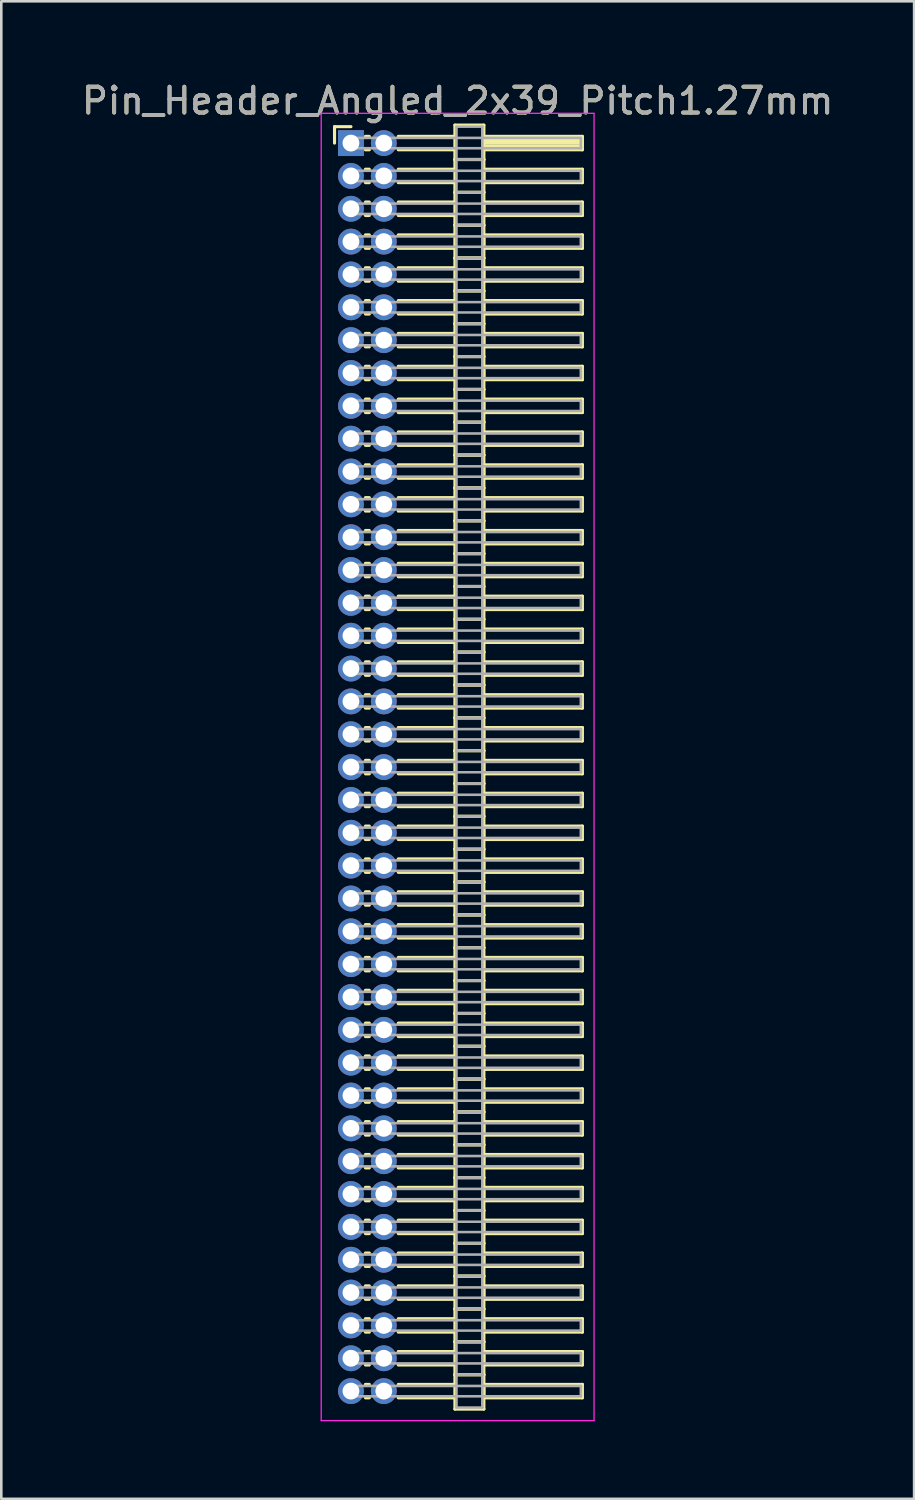
<source format=kicad_pcb>
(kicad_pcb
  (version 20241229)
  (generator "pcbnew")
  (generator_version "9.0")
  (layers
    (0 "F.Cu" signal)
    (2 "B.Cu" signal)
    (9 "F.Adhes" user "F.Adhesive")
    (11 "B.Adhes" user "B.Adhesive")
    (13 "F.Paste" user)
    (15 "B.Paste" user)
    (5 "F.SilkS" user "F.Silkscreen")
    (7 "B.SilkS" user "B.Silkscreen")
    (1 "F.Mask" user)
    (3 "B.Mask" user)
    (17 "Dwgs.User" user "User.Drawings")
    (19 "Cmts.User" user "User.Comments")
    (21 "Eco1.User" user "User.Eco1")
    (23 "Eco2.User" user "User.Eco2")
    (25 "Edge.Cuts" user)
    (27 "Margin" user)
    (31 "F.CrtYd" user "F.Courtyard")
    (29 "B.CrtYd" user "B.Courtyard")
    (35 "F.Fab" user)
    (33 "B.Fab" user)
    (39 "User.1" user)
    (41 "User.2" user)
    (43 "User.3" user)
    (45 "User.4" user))
  (footprint "Pin_Header_Angled_2x39_Pitch1.27mm"
    (layer "F.Cu")
    (at 10.521 2.483)
    (property "Reference" "Pin_Header_Angled_2x39_Pitch1.27mm" (at 4.128 -1.635 0) (layer "F.SilkS") (effects (font (size 1 1) (thickness 0.15))))
    (attr through_hole)
    (fp_line (start -0.635 -0.635) (end 0 -0.635) (stroke (width 0.12) (type solid)) (layer "F.SilkS"))
    (fp_line (start -0.635 0) (end -0.635 -0.635) (stroke (width 0.12) (type solid)) (layer "F.SilkS"))
    (fp_line (start 0.56 -0.26) (end 0.71 -0.26) (stroke (width 0.12) (type solid)) (layer "F.SilkS"))
    (fp_line (start 0.56 0.26) (end 0.71 0.26) (stroke (width 0.12) (type solid)) (layer "F.SilkS"))
    (fp_line (start 0.56 1.01) (end 0.71 1.01) (stroke (width 0.12) (type solid)) (layer "F.SilkS"))
    (fp_line (start 0.56 1.53) (end 0.71 1.53) (stroke (width 0.12) (type solid)) (layer "F.SilkS"))
    (fp_line (start 0.56 2.28) (end 0.71 2.28) (stroke (width 0.12) (type solid)) (layer "F.SilkS"))
    (fp_line (start 0.56 2.8) (end 0.71 2.8) (stroke (width 0.12) (type solid)) (layer "F.SilkS"))
    (fp_line (start 0.56 3.55) (end 0.71 3.55) (stroke (width 0.12) (type solid)) (layer "F.SilkS"))
    (fp_line (start 0.56 4.07) (end 0.71 4.07) (stroke (width 0.12) (type solid)) (layer "F.SilkS"))
    (fp_line (start 0.56 4.82) (end 0.71 4.82) (stroke (width 0.12) (type solid)) (layer "F.SilkS"))
    (fp_line (start 0.56 5.34) (end 0.71 5.34) (stroke (width 0.12) (type solid)) (layer "F.SilkS"))
    (fp_line (start 0.56 6.09) (end 0.71 6.09) (stroke (width 0.12) (type solid)) (layer "F.SilkS"))
    (fp_line (start 0.56 6.61) (end 0.71 6.61) (stroke (width 0.12) (type solid)) (layer "F.SilkS"))
    (fp_line (start 0.56 7.36) (end 0.71 7.36) (stroke (width 0.12) (type solid)) (layer "F.SilkS"))
    (fp_line (start 0.56 7.88) (end 0.71 7.88) (stroke (width 0.12) (type solid)) (layer "F.SilkS"))
    (fp_line (start 0.56 8.63) (end 0.71 8.63) (stroke (width 0.12) (type solid)) (layer "F.SilkS"))
    (fp_line (start 0.56 9.15) (end 0.71 9.15) (stroke (width 0.12) (type solid)) (layer "F.SilkS"))
    (fp_line (start 0.56 9.9) (end 0.71 9.9) (stroke (width 0.12) (type solid)) (layer "F.SilkS"))
    (fp_line (start 0.56 10.42) (end 0.71 10.42) (stroke (width 0.12) (type solid)) (layer "F.SilkS"))
    (fp_line (start 0.56 11.17) (end 0.71 11.17) (stroke (width 0.12) (type solid)) (layer "F.SilkS"))
    (fp_line (start 0.56 11.69) (end 0.71 11.69) (stroke (width 0.12) (type solid)) (layer "F.SilkS"))
    (fp_line (start 0.56 12.44) (end 0.71 12.44) (stroke (width 0.12) (type solid)) (layer "F.SilkS"))
    (fp_line (start 0.56 12.96) (end 0.71 12.96) (stroke (width 0.12) (type solid)) (layer "F.SilkS"))
    (fp_line (start 0.56 13.71) (end 0.71 13.71) (stroke (width 0.12) (type solid)) (layer "F.SilkS"))
    (fp_line (start 0.56 14.23) (end 0.71 14.23) (stroke (width 0.12) (type solid)) (layer "F.SilkS"))
    (fp_line (start 0.56 14.98) (end 0.71 14.98) (stroke (width 0.12) (type solid)) (layer "F.SilkS"))
    (fp_line (start 0.56 15.5) (end 0.71 15.5) (stroke (width 0.12) (type solid)) (layer "F.SilkS"))
    (fp_line (start 0.56 16.25) (end 0.71 16.25) (stroke (width 0.12) (type solid)) (layer "F.SilkS"))
    (fp_line (start 0.56 16.77) (end 0.71 16.77) (stroke (width 0.12) (type solid)) (layer "F.SilkS"))
    (fp_line (start 0.56 17.52) (end 0.71 17.52) (stroke (width 0.12) (type solid)) (layer "F.SilkS"))
    (fp_line (start 0.56 18.04) (end 0.71 18.04) (stroke (width 0.12) (type solid)) (layer "F.SilkS"))
    (fp_line (start 0.56 18.79) (end 0.71 18.79) (stroke (width 0.12) (type solid)) (layer "F.SilkS"))
    (fp_line (start 0.56 19.31) (end 0.71 19.31) (stroke (width 0.12) (type solid)) (layer "F.SilkS"))
    (fp_line (start 0.56 20.06) (end 0.71 20.06) (stroke (width 0.12) (type solid)) (layer "F.SilkS"))
    (fp_line (start 0.56 20.58) (end 0.71 20.58) (stroke (width 0.12) (type solid)) (layer "F.SilkS"))
    (fp_line (start 0.56 21.33) (end 0.71 21.33) (stroke (width 0.12) (type solid)) (layer "F.SilkS"))
    (fp_line (start 0.56 21.85) (end 0.71 21.85) (stroke (width 0.12) (type solid)) (layer "F.SilkS"))
    (fp_line (start 0.56 22.6) (end 0.71 22.6) (stroke (width 0.12) (type solid)) (layer "F.SilkS"))
    (fp_line (start 0.56 23.12) (end 0.71 23.12) (stroke (width 0.12) (type solid)) (layer "F.SilkS"))
    (fp_line (start 0.56 23.87) (end 0.71 23.87) (stroke (width 0.12) (type solid)) (layer "F.SilkS"))
    (fp_line (start 0.56 24.39) (end 0.71 24.39) (stroke (width 0.12) (type solid)) (layer "F.SilkS"))
    (fp_line (start 0.56 25.14) (end 0.71 25.14) (stroke (width 0.12) (type solid)) (layer "F.SilkS"))
    (fp_line (start 0.56 25.66) (end 0.71 25.66) (stroke (width 0.12) (type solid)) (layer "F.SilkS"))
    (fp_line (start 0.56 26.41) (end 0.71 26.41) (stroke (width 0.12) (type solid)) (layer "F.SilkS"))
    (fp_line (start 0.56 26.93) (end 0.71 26.93) (stroke (width 0.12) (type solid)) (layer "F.SilkS"))
    (fp_line (start 0.56 27.68) (end 0.71 27.68) (stroke (width 0.12) (type solid)) (layer "F.SilkS"))
    (fp_line (start 0.56 28.2) (end 0.71 28.2) (stroke (width 0.12) (type solid)) (layer "F.SilkS"))
    (fp_line (start 0.56 28.95) (end 0.71 28.95) (stroke (width 0.12) (type solid)) (layer "F.SilkS"))
    (fp_line (start 0.56 29.47) (end 0.71 29.47) (stroke (width 0.12) (type solid)) (layer "F.SilkS"))
    (fp_line (start 0.56 30.22) (end 0.71 30.22) (stroke (width 0.12) (type solid)) (layer "F.SilkS"))
    (fp_line (start 0.56 30.74) (end 0.71 30.74) (stroke (width 0.12) (type solid)) (layer "F.SilkS"))
    (fp_line (start 0.56 31.49) (end 0.71 31.49) (stroke (width 0.12) (type solid)) (layer "F.SilkS"))
    (fp_line (start 0.56 32.01) (end 0.71 32.01) (stroke (width 0.12) (type solid)) (layer "F.SilkS"))
    (fp_line (start 0.56 32.76) (end 0.71 32.76) (stroke (width 0.12) (type solid)) (layer "F.SilkS"))
    (fp_line (start 0.56 33.28) (end 0.71 33.28) (stroke (width 0.12) (type solid)) (layer "F.SilkS"))
    (fp_line (start 0.56 34.03) (end 0.71 34.03) (stroke (width 0.12) (type solid)) (layer "F.SilkS"))
    (fp_line (start 0.56 34.55) (end 0.71 34.55) (stroke (width 0.12) (type solid)) (layer "F.SilkS"))
    (fp_line (start 0.56 35.3) (end 0.71 35.3) (stroke (width 0.12) (type solid)) (layer "F.SilkS"))
    (fp_line (start 0.56 35.82) (end 0.71 35.82) (stroke (width 0.12) (type solid)) (layer "F.SilkS"))
    (fp_line (start 0.56 36.57) (end 0.71 36.57) (stroke (width 0.12) (type solid)) (layer "F.SilkS"))
    (fp_line (start 0.56 37.09) (end 0.71 37.09) (stroke (width 0.12) (type solid)) (layer "F.SilkS"))
    (fp_line (start 0.56 37.84) (end 0.71 37.84) (stroke (width 0.12) (type solid)) (layer "F.SilkS"))
    (fp_line (start 0.56 38.36) (end 0.71 38.36) (stroke (width 0.12) (type solid)) (layer "F.SilkS"))
    (fp_line (start 0.56 39.11) (end 0.71 39.11) (stroke (width 0.12) (type solid)) (layer "F.SilkS"))
    (fp_line (start 0.56 39.63) (end 0.71 39.63) (stroke (width 0.12) (type solid)) (layer "F.SilkS"))
    (fp_line (start 0.56 40.38) (end 0.71 40.38) (stroke (width 0.12) (type solid)) (layer "F.SilkS"))
    (fp_line (start 0.56 40.9) (end 0.71 40.9) (stroke (width 0.12) (type solid)) (layer "F.SilkS"))
    (fp_line (start 0.56 41.65) (end 0.71 41.65) (stroke (width 0.12) (type solid)) (layer "F.SilkS"))
    (fp_line (start 0.56 42.17) (end 0.71 42.17) (stroke (width 0.12) (type solid)) (layer "F.SilkS"))
    (fp_line (start 0.56 42.92) (end 0.71 42.92) (stroke (width 0.12) (type solid)) (layer "F.SilkS"))
    (fp_line (start 0.56 43.44) (end 0.71 43.44) (stroke (width 0.12) (type solid)) (layer "F.SilkS"))
    (fp_line (start 0.56 44.19) (end 0.71 44.19) (stroke (width 0.12) (type solid)) (layer "F.SilkS"))
    (fp_line (start 0.56 44.71) (end 0.71 44.71) (stroke (width 0.12) (type solid)) (layer "F.SilkS"))
    (fp_line (start 0.56 45.46) (end 0.71 45.46) (stroke (width 0.12) (type solid)) (layer "F.SilkS"))
    (fp_line (start 0.56 45.98) (end 0.71 45.98) (stroke (width 0.12) (type solid)) (layer "F.SilkS"))
    (fp_line (start 0.56 46.73) (end 0.71 46.73) (stroke (width 0.12) (type solid)) (layer "F.SilkS"))
    (fp_line (start 0.56 47.25) (end 0.71 47.25) (stroke (width 0.12) (type solid)) (layer "F.SilkS"))
    (fp_line (start 0.56 48) (end 0.71 48) (stroke (width 0.12) (type solid)) (layer "F.SilkS"))
    (fp_line (start 0.56 48.52) (end 0.71 48.52) (stroke (width 0.12) (type solid)) (layer "F.SilkS"))
    (fp_line (start 1.83 -0.26) (end 4.02 -0.26) (stroke (width 0.12) (type solid)) (layer "F.SilkS"))
    (fp_line (start 1.83 0.26) (end 4.02 0.26) (stroke (width 0.12) (type solid)) (layer "F.SilkS"))
    (fp_line (start 1.83 1.01) (end 4.02 1.01) (stroke (width 0.12) (type solid)) (layer "F.SilkS"))
    (fp_line (start 1.83 1.53) (end 4.02 1.53) (stroke (width 0.12) (type solid)) (layer "F.SilkS"))
    (fp_line (start 1.83 2.28) (end 4.02 2.28) (stroke (width 0.12) (type solid)) (layer "F.SilkS"))
    (fp_line (start 1.83 2.8) (end 4.02 2.8) (stroke (width 0.12) (type solid)) (layer "F.SilkS"))
    (fp_line (start 1.83 3.55) (end 4.02 3.55) (stroke (width 0.12) (type solid)) (layer "F.SilkS"))
    (fp_line (start 1.83 4.07) (end 4.02 4.07) (stroke (width 0.12) (type solid)) (layer "F.SilkS"))
    (fp_line (start 1.83 4.82) (end 4.02 4.82) (stroke (width 0.12) (type solid)) (layer "F.SilkS"))
    (fp_line (start 1.83 5.34) (end 4.02 5.34) (stroke (width 0.12) (type solid)) (layer "F.SilkS"))
    (fp_line (start 1.83 6.09) (end 4.02 6.09) (stroke (width 0.12) (type solid)) (layer "F.SilkS"))
    (fp_line (start 1.83 6.61) (end 4.02 6.61) (stroke (width 0.12) (type solid)) (layer "F.SilkS"))
    (fp_line (start 1.83 7.36) (end 4.02 7.36) (stroke (width 0.12) (type solid)) (layer "F.SilkS"))
    (fp_line (start 1.83 7.88) (end 4.02 7.88) (stroke (width 0.12) (type solid)) (layer "F.SilkS"))
    (fp_line (start 1.83 8.63) (end 4.02 8.63) (stroke (width 0.12) (type solid)) (layer "F.SilkS"))
    (fp_line (start 1.83 9.15) (end 4.02 9.15) (stroke (width 0.12) (type solid)) (layer "F.SilkS"))
    (fp_line (start 1.83 9.9) (end 4.02 9.9) (stroke (width 0.12) (type solid)) (layer "F.SilkS"))
    (fp_line (start 1.83 10.42) (end 4.02 10.42) (stroke (width 0.12) (type solid)) (layer "F.SilkS"))
    (fp_line (start 1.83 11.17) (end 4.02 11.17) (stroke (width 0.12) (type solid)) (layer "F.SilkS"))
    (fp_line (start 1.83 11.69) (end 4.02 11.69) (stroke (width 0.12) (type solid)) (layer "F.SilkS"))
    (fp_line (start 1.83 12.44) (end 4.02 12.44) (stroke (width 0.12) (type solid)) (layer "F.SilkS"))
    (fp_line (start 1.83 12.96) (end 4.02 12.96) (stroke (width 0.12) (type solid)) (layer "F.SilkS"))
    (fp_line (start 1.83 13.71) (end 4.02 13.71) (stroke (width 0.12) (type solid)) (layer "F.SilkS"))
    (fp_line (start 1.83 14.23) (end 4.02 14.23) (stroke (width 0.12) (type solid)) (layer "F.SilkS"))
    (fp_line (start 1.83 14.98) (end 4.02 14.98) (stroke (width 0.12) (type solid)) (layer "F.SilkS"))
    (fp_line (start 1.83 15.5) (end 4.02 15.5) (stroke (width 0.12) (type solid)) (layer "F.SilkS"))
    (fp_line (start 1.83 16.25) (end 4.02 16.25) (stroke (width 0.12) (type solid)) (layer "F.SilkS"))
    (fp_line (start 1.83 16.77) (end 4.02 16.77) (stroke (width 0.12) (type solid)) (layer "F.SilkS"))
    (fp_line (start 1.83 17.52) (end 4.02 17.52) (stroke (width 0.12) (type solid)) (layer "F.SilkS"))
    (fp_line (start 1.83 18.04) (end 4.02 18.04) (stroke (width 0.12) (type solid)) (layer "F.SilkS"))
    (fp_line (start 1.83 18.79) (end 4.02 18.79) (stroke (width 0.12) (type solid)) (layer "F.SilkS"))
    (fp_line (start 1.83 19.31) (end 4.02 19.31) (stroke (width 0.12) (type solid)) (layer "F.SilkS"))
    (fp_line (start 1.83 20.06) (end 4.02 20.06) (stroke (width 0.12) (type solid)) (layer "F.SilkS"))
    (fp_line (start 1.83 20.58) (end 4.02 20.58) (stroke (width 0.12) (type solid)) (layer "F.SilkS"))
    (fp_line (start 1.83 21.33) (end 4.02 21.33) (stroke (width 0.12) (type solid)) (layer "F.SilkS"))
    (fp_line (start 1.83 21.85) (end 4.02 21.85) (stroke (width 0.12) (type solid)) (layer "F.SilkS"))
    (fp_line (start 1.83 22.6) (end 4.02 22.6) (stroke (width 0.12) (type solid)) (layer "F.SilkS"))
    (fp_line (start 1.83 23.12) (end 4.02 23.12) (stroke (width 0.12) (type solid)) (layer "F.SilkS"))
    (fp_line (start 1.83 23.87) (end 4.02 23.87) (stroke (width 0.12) (type solid)) (layer "F.SilkS"))
    (fp_line (start 1.83 24.39) (end 4.02 24.39) (stroke (width 0.12) (type solid)) (layer "F.SilkS"))
    (fp_line (start 1.83 25.14) (end 4.02 25.14) (stroke (width 0.12) (type solid)) (layer "F.SilkS"))
    (fp_line (start 1.83 25.66) (end 4.02 25.66) (stroke (width 0.12) (type solid)) (layer "F.SilkS"))
    (fp_line (start 1.83 26.41) (end 4.02 26.41) (stroke (width 0.12) (type solid)) (layer "F.SilkS"))
    (fp_line (start 1.83 26.93) (end 4.02 26.93) (stroke (width 0.12) (type solid)) (layer "F.SilkS"))
    (fp_line (start 1.83 27.68) (end 4.02 27.68) (stroke (width 0.12) (type solid)) (layer "F.SilkS"))
    (fp_line (start 1.83 28.2) (end 4.02 28.2) (stroke (width 0.12) (type solid)) (layer "F.SilkS"))
    (fp_line (start 1.83 28.95) (end 4.02 28.95) (stroke (width 0.12) (type solid)) (layer "F.SilkS"))
    (fp_line (start 1.83 29.47) (end 4.02 29.47) (stroke (width 0.12) (type solid)) (layer "F.SilkS"))
    (fp_line (start 1.83 30.22) (end 4.02 30.22) (stroke (width 0.12) (type solid)) (layer "F.SilkS"))
    (fp_line (start 1.83 30.74) (end 4.02 30.74) (stroke (width 0.12) (type solid)) (layer "F.SilkS"))
    (fp_line (start 1.83 31.49) (end 4.02 31.49) (stroke (width 0.12) (type solid)) (layer "F.SilkS"))
    (fp_line (start 1.83 32.01) (end 4.02 32.01) (stroke (width 0.12) (type solid)) (layer "F.SilkS"))
    (fp_line (start 1.83 32.76) (end 4.02 32.76) (stroke (width 0.12) (type solid)) (layer "F.SilkS"))
    (fp_line (start 1.83 33.28) (end 4.02 33.28) (stroke (width 0.12) (type solid)) (layer "F.SilkS"))
    (fp_line (start 1.83 34.03) (end 4.02 34.03) (stroke (width 0.12) (type solid)) (layer "F.SilkS"))
    (fp_line (start 1.83 34.55) (end 4.02 34.55) (stroke (width 0.12) (type solid)) (layer "F.SilkS"))
    (fp_line (start 1.83 35.3) (end 4.02 35.3) (stroke (width 0.12) (type solid)) (layer "F.SilkS"))
    (fp_line (start 1.83 35.82) (end 4.02 35.82) (stroke (width 0.12) (type solid)) (layer "F.SilkS"))
    (fp_line (start 1.83 36.57) (end 4.02 36.57) (stroke (width 0.12) (type solid)) (layer "F.SilkS"))
    (fp_line (start 1.83 37.09) (end 4.02 37.09) (stroke (width 0.12) (type solid)) (layer "F.SilkS"))
    (fp_line (start 1.83 37.84) (end 4.02 37.84) (stroke (width 0.12) (type solid)) (layer "F.SilkS"))
    (fp_line (start 1.83 38.36) (end 4.02 38.36) (stroke (width 0.12) (type solid)) (layer "F.SilkS"))
    (fp_line (start 1.83 39.11) (end 4.02 39.11) (stroke (width 0.12) (type solid)) (layer "F.SilkS"))
    (fp_line (start 1.83 39.63) (end 4.02 39.63) (stroke (width 0.12) (type solid)) (layer "F.SilkS"))
    (fp_line (start 1.83 40.38) (end 4.02 40.38) (stroke (width 0.12) (type solid)) (layer "F.SilkS"))
    (fp_line (start 1.83 40.9) (end 4.02 40.9) (stroke (width 0.12) (type solid)) (layer "F.SilkS"))
    (fp_line (start 1.83 41.65) (end 4.02 41.65) (stroke (width 0.12) (type solid)) (layer "F.SilkS"))
    (fp_line (start 1.83 42.17) (end 4.02 42.17) (stroke (width 0.12) (type solid)) (layer "F.SilkS"))
    (fp_line (start 1.83 42.92) (end 4.02 42.92) (stroke (width 0.12) (type solid)) (layer "F.SilkS"))
    (fp_line (start 1.83 43.44) (end 4.02 43.44) (stroke (width 0.12) (type solid)) (layer "F.SilkS"))
    (fp_line (start 1.83 44.19) (end 4.02 44.19) (stroke (width 0.12) (type solid)) (layer "F.SilkS"))
    (fp_line (start 1.83 44.71) (end 4.02 44.71) (stroke (width 0.12) (type solid)) (layer "F.SilkS"))
    (fp_line (start 1.83 45.46) (end 4.02 45.46) (stroke (width 0.12) (type solid)) (layer "F.SilkS"))
    (fp_line (start 1.83 45.98) (end 4.02 45.98) (stroke (width 0.12) (type solid)) (layer "F.SilkS"))
    (fp_line (start 1.83 46.73) (end 4.02 46.73) (stroke (width 0.12) (type solid)) (layer "F.SilkS"))
    (fp_line (start 1.83 47.25) (end 4.02 47.25) (stroke (width 0.12) (type solid)) (layer "F.SilkS"))
    (fp_line (start 1.83 48) (end 4.02 48) (stroke (width 0.12) (type solid)) (layer "F.SilkS"))
    (fp_line (start 1.83 48.52) (end 4.02 48.52) (stroke (width 0.12) (type solid)) (layer "F.SilkS"))
    (fp_line (start 4.02 -0.695) (end 4.02 0.635) (stroke (width 0.12) (type solid)) (layer "F.SilkS"))
    (fp_line (start 4.02 0.635) (end 4.02 1.905) (stroke (width 0.12) (type solid)) (layer "F.SilkS"))
    (fp_line (start 4.02 0.635) (end 5.14 0.635) (stroke (width 0.12) (type solid)) (layer "F.SilkS"))
    (fp_line (start 4.02 1.905) (end 4.02 3.175) (stroke (width 0.12) (type solid)) (layer "F.SilkS"))
    (fp_line (start 4.02 1.905) (end 5.14 1.905) (stroke (width 0.12) (type solid)) (layer "F.SilkS"))
    (fp_line (start 4.02 3.175) (end 4.02 4.445) (stroke (width 0.12) (type solid)) (layer "F.SilkS"))
    (fp_line (start 4.02 3.175) (end 5.14 3.175) (stroke (width 0.12) (type solid)) (layer "F.SilkS"))
    (fp_line (start 4.02 4.445) (end 4.02 5.715) (stroke (width 0.12) (type solid)) (layer "F.SilkS"))
    (fp_line (start 4.02 4.445) (end 5.14 4.445) (stroke (width 0.12) (type solid)) (layer "F.SilkS"))
    (fp_line (start 4.02 5.715) (end 4.02 6.985) (stroke (width 0.12) (type solid)) (layer "F.SilkS"))
    (fp_line (start 4.02 5.715) (end 5.14 5.715) (stroke (width 0.12) (type solid)) (layer "F.SilkS"))
    (fp_line (start 4.02 6.985) (end 4.02 8.255) (stroke (width 0.12) (type solid)) (layer "F.SilkS"))
    (fp_line (start 4.02 6.985) (end 5.14 6.985) (stroke (width 0.12) (type solid)) (layer "F.SilkS"))
    (fp_line (start 4.02 8.255) (end 4.02 9.525) (stroke (width 0.12) (type solid)) (layer "F.SilkS"))
    (fp_line (start 4.02 8.255) (end 5.14 8.255) (stroke (width 0.12) (type solid)) (layer "F.SilkS"))
    (fp_line (start 4.02 9.525) (end 4.02 10.795) (stroke (width 0.12) (type solid)) (layer "F.SilkS"))
    (fp_line (start 4.02 9.525) (end 5.14 9.525) (stroke (width 0.12) (type solid)) (layer "F.SilkS"))
    (fp_line (start 4.02 10.795) (end 4.02 12.065) (stroke (width 0.12) (type solid)) (layer "F.SilkS"))
    (fp_line (start 4.02 10.795) (end 5.14 10.795) (stroke (width 0.12) (type solid)) (layer "F.SilkS"))
    (fp_line (start 4.02 12.065) (end 4.02 13.335) (stroke (width 0.12) (type solid)) (layer "F.SilkS"))
    (fp_line (start 4.02 12.065) (end 5.14 12.065) (stroke (width 0.12) (type solid)) (layer "F.SilkS"))
    (fp_line (start 4.02 13.335) (end 4.02 14.605) (stroke (width 0.12) (type solid)) (layer "F.SilkS"))
    (fp_line (start 4.02 13.335) (end 5.14 13.335) (stroke (width 0.12) (type solid)) (layer "F.SilkS"))
    (fp_line (start 4.02 14.605) (end 4.02 15.875) (stroke (width 0.12) (type solid)) (layer "F.SilkS"))
    (fp_line (start 4.02 14.605) (end 5.14 14.605) (stroke (width 0.12) (type solid)) (layer "F.SilkS"))
    (fp_line (start 4.02 15.875) (end 4.02 17.145) (stroke (width 0.12) (type solid)) (layer "F.SilkS"))
    (fp_line (start 4.02 15.875) (end 5.14 15.875) (stroke (width 0.12) (type solid)) (layer "F.SilkS"))
    (fp_line (start 4.02 17.145) (end 4.02 18.415) (stroke (width 0.12) (type solid)) (layer "F.SilkS"))
    (fp_line (start 4.02 17.145) (end 5.14 17.145) (stroke (width 0.12) (type solid)) (layer "F.SilkS"))
    (fp_line (start 4.02 18.415) (end 4.02 19.685) (stroke (width 0.12) (type solid)) (layer "F.SilkS"))
    (fp_line (start 4.02 18.415) (end 5.14 18.415) (stroke (width 0.12) (type solid)) (layer "F.SilkS"))
    (fp_line (start 4.02 19.685) (end 4.02 20.955) (stroke (width 0.12) (type solid)) (layer "F.SilkS"))
    (fp_line (start 4.02 19.685) (end 5.14 19.685) (stroke (width 0.12) (type solid)) (layer "F.SilkS"))
    (fp_line (start 4.02 20.955) (end 4.02 22.225) (stroke (width 0.12) (type solid)) (layer "F.SilkS"))
    (fp_line (start 4.02 20.955) (end 5.14 20.955) (stroke (width 0.12) (type solid)) (layer "F.SilkS"))
    (fp_line (start 4.02 22.225) (end 4.02 23.495) (stroke (width 0.12) (type solid)) (layer "F.SilkS"))
    (fp_line (start 4.02 22.225) (end 5.14 22.225) (stroke (width 0.12) (type solid)) (layer "F.SilkS"))
    (fp_line (start 4.02 23.495) (end 4.02 24.765) (stroke (width 0.12) (type solid)) (layer "F.SilkS"))
    (fp_line (start 4.02 23.495) (end 5.14 23.495) (stroke (width 0.12) (type solid)) (layer "F.SilkS"))
    (fp_line (start 4.02 24.765) (end 4.02 26.035) (stroke (width 0.12) (type solid)) (layer "F.SilkS"))
    (fp_line (start 4.02 24.765) (end 5.14 24.765) (stroke (width 0.12) (type solid)) (layer "F.SilkS"))
    (fp_line (start 4.02 26.035) (end 4.02 27.305) (stroke (width 0.12) (type solid)) (layer "F.SilkS"))
    (fp_line (start 4.02 26.035) (end 5.14 26.035) (stroke (width 0.12) (type solid)) (layer "F.SilkS"))
    (fp_line (start 4.02 27.305) (end 4.02 28.575) (stroke (width 0.12) (type solid)) (layer "F.SilkS"))
    (fp_line (start 4.02 27.305) (end 5.14 27.305) (stroke (width 0.12) (type solid)) (layer "F.SilkS"))
    (fp_line (start 4.02 28.575) (end 4.02 29.845) (stroke (width 0.12) (type solid)) (layer "F.SilkS"))
    (fp_line (start 4.02 28.575) (end 5.14 28.575) (stroke (width 0.12) (type solid)) (layer "F.SilkS"))
    (fp_line (start 4.02 29.845) (end 4.02 31.115) (stroke (width 0.12) (type solid)) (layer "F.SilkS"))
    (fp_line (start 4.02 29.845) (end 5.14 29.845) (stroke (width 0.12) (type solid)) (layer "F.SilkS"))
    (fp_line (start 4.02 31.115) (end 4.02 32.385) (stroke (width 0.12) (type solid)) (layer "F.SilkS"))
    (fp_line (start 4.02 31.115) (end 5.14 31.115) (stroke (width 0.12) (type solid)) (layer "F.SilkS"))
    (fp_line (start 4.02 32.385) (end 4.02 33.655) (stroke (width 0.12) (type solid)) (layer "F.SilkS"))
    (fp_line (start 4.02 32.385) (end 5.14 32.385) (stroke (width 0.12) (type solid)) (layer "F.SilkS"))
    (fp_line (start 4.02 33.655) (end 4.02 34.925) (stroke (width 0.12) (type solid)) (layer "F.SilkS"))
    (fp_line (start 4.02 33.655) (end 5.14 33.655) (stroke (width 0.12) (type solid)) (layer "F.SilkS"))
    (fp_line (start 4.02 34.925) (end 4.02 36.195) (stroke (width 0.12) (type solid)) (layer "F.SilkS"))
    (fp_line (start 4.02 34.925) (end 5.14 34.925) (stroke (width 0.12) (type solid)) (layer "F.SilkS"))
    (fp_line (start 4.02 36.195) (end 4.02 37.465) (stroke (width 0.12) (type solid)) (layer "F.SilkS"))
    (fp_line (start 4.02 36.195) (end 5.14 36.195) (stroke (width 0.12) (type solid)) (layer "F.SilkS"))
    (fp_line (start 4.02 37.465) (end 4.02 38.735) (stroke (width 0.12) (type solid)) (layer "F.SilkS"))
    (fp_line (start 4.02 37.465) (end 5.14 37.465) (stroke (width 0.12) (type solid)) (layer "F.SilkS"))
    (fp_line (start 4.02 38.735) (end 4.02 40.005) (stroke (width 0.12) (type solid)) (layer "F.SilkS"))
    (fp_line (start 4.02 38.735) (end 5.14 38.735) (stroke (width 0.12) (type solid)) (layer "F.SilkS"))
    (fp_line (start 4.02 40.005) (end 4.02 41.275) (stroke (width 0.12) (type solid)) (layer "F.SilkS"))
    (fp_line (start 4.02 40.005) (end 5.14 40.005) (stroke (width 0.12) (type solid)) (layer "F.SilkS"))
    (fp_line (start 4.02 41.275) (end 4.02 42.545) (stroke (width 0.12) (type solid)) (layer "F.SilkS"))
    (fp_line (start 4.02 41.275) (end 5.14 41.275) (stroke (width 0.12) (type solid)) (layer "F.SilkS"))
    (fp_line (start 4.02 42.545) (end 4.02 43.815) (stroke (width 0.12) (type solid)) (layer "F.SilkS"))
    (fp_line (start 4.02 42.545) (end 5.14 42.545) (stroke (width 0.12) (type solid)) (layer "F.SilkS"))
    (fp_line (start 4.02 43.815) (end 4.02 45.085) (stroke (width 0.12) (type solid)) (layer "F.SilkS"))
    (fp_line (start 4.02 43.815) (end 5.14 43.815) (stroke (width 0.12) (type solid)) (layer "F.SilkS"))
    (fp_line (start 4.02 45.085) (end 4.02 46.355) (stroke (width 0.12) (type solid)) (layer "F.SilkS"))
    (fp_line (start 4.02 45.085) (end 5.14 45.085) (stroke (width 0.12) (type solid)) (layer "F.SilkS"))
    (fp_line (start 4.02 46.355) (end 4.02 47.625) (stroke (width 0.12) (type solid)) (layer "F.SilkS"))
    (fp_line (start 4.02 46.355) (end 5.14 46.355) (stroke (width 0.12) (type solid)) (layer "F.SilkS"))
    (fp_line (start 4.02 47.625) (end 4.02 48.955) (stroke (width 0.12) (type solid)) (layer "F.SilkS"))
    (fp_line (start 4.02 47.625) (end 5.14 47.625) (stroke (width 0.12) (type solid)) (layer "F.SilkS"))
    (fp_line (start 4.02 48.955) (end 5.14 48.955) (stroke (width 0.12) (type solid)) (layer "F.SilkS"))
    (fp_line (start 5.14 -0.695) (end 4.02 -0.695) (stroke (width 0.12) (type solid)) (layer "F.SilkS"))
    (fp_line (start 5.14 -0.26) (end 5.14 0.26) (stroke (width 0.12) (type solid)) (layer "F.SilkS"))
    (fp_line (start 5.14 -0.14) (end 8.95 -0.14) (stroke (width 0.12) (type solid)) (layer "F.SilkS"))
    (fp_line (start 5.14 -0.02) (end 8.95 -0.02) (stroke (width 0.12) (type solid)) (layer "F.SilkS"))
    (fp_line (start 5.14 0.1) (end 8.95 0.1) (stroke (width 0.12) (type solid)) (layer "F.SilkS"))
    (fp_line (start 5.14 0.22) (end 8.95 0.22) (stroke (width 0.12) (type solid)) (layer "F.SilkS"))
    (fp_line (start 5.14 0.26) (end 8.95 0.26) (stroke (width 0.12) (type solid)) (layer "F.SilkS"))
    (fp_line (start 5.14 0.635) (end 4.02 0.635) (stroke (width 0.12) (type solid)) (layer "F.SilkS"))
    (fp_line (start 5.14 0.635) (end 5.14 -0.695) (stroke (width 0.12) (type solid)) (layer "F.SilkS"))
    (fp_line (start 5.14 1.01) (end 5.14 1.53) (stroke (width 0.12) (type solid)) (layer "F.SilkS"))
    (fp_line (start 5.14 1.53) (end 8.95 1.53) (stroke (width 0.12) (type solid)) (layer "F.SilkS"))
    (fp_line (start 5.14 1.905) (end 4.02 1.905) (stroke (width 0.12) (type solid)) (layer "F.SilkS"))
    (fp_line (start 5.14 1.905) (end 5.14 0.635) (stroke (width 0.12) (type solid)) (layer "F.SilkS"))
    (fp_line (start 5.14 2.28) (end 5.14 2.8) (stroke (width 0.12) (type solid)) (layer "F.SilkS"))
    (fp_line (start 5.14 2.8) (end 8.95 2.8) (stroke (width 0.12) (type solid)) (layer "F.SilkS"))
    (fp_line (start 5.14 3.175) (end 4.02 3.175) (stroke (width 0.12) (type solid)) (layer "F.SilkS"))
    (fp_line (start 5.14 3.175) (end 5.14 1.905) (stroke (width 0.12) (type solid)) (layer "F.SilkS"))
    (fp_line (start 5.14 3.55) (end 5.14 4.07) (stroke (width 0.12) (type solid)) (layer "F.SilkS"))
    (fp_line (start 5.14 4.07) (end 8.95 4.07) (stroke (width 0.12) (type solid)) (layer "F.SilkS"))
    (fp_line (start 5.14 4.445) (end 4.02 4.445) (stroke (width 0.12) (type solid)) (layer "F.SilkS"))
    (fp_line (start 5.14 4.445) (end 5.14 3.175) (stroke (width 0.12) (type solid)) (layer "F.SilkS"))
    (fp_line (start 5.14 4.82) (end 5.14 5.34) (stroke (width 0.12) (type solid)) (layer "F.SilkS"))
    (fp_line (start 5.14 5.34) (end 8.95 5.34) (stroke (width 0.12) (type solid)) (layer "F.SilkS"))
    (fp_line (start 5.14 5.715) (end 4.02 5.715) (stroke (width 0.12) (type solid)) (layer "F.SilkS"))
    (fp_line (start 5.14 5.715) (end 5.14 4.445) (stroke (width 0.12) (type solid)) (layer "F.SilkS"))
    (fp_line (start 5.14 6.09) (end 5.14 6.61) (stroke (width 0.12) (type solid)) (layer "F.SilkS"))
    (fp_line (start 5.14 6.61) (end 8.95 6.61) (stroke (width 0.12) (type solid)) (layer "F.SilkS"))
    (fp_line (start 5.14 6.985) (end 4.02 6.985) (stroke (width 0.12) (type solid)) (layer "F.SilkS"))
    (fp_line (start 5.14 6.985) (end 5.14 5.715) (stroke (width 0.12) (type solid)) (layer "F.SilkS"))
    (fp_line (start 5.14 7.36) (end 5.14 7.88) (stroke (width 0.12) (type solid)) (layer "F.SilkS"))
    (fp_line (start 5.14 7.88) (end 8.95 7.88) (stroke (width 0.12) (type solid)) (layer "F.SilkS"))
    (fp_line (start 5.14 8.255) (end 4.02 8.255) (stroke (width 0.12) (type solid)) (layer "F.SilkS"))
    (fp_line (start 5.14 8.255) (end 5.14 6.985) (stroke (width 0.12) (type solid)) (layer "F.SilkS"))
    (fp_line (start 5.14 8.63) (end 5.14 9.15) (stroke (width 0.12) (type solid)) (layer "F.SilkS"))
    (fp_line (start 5.14 9.15) (end 8.95 9.15) (stroke (width 0.12) (type solid)) (layer "F.SilkS"))
    (fp_line (start 5.14 9.525) (end 4.02 9.525) (stroke (width 0.12) (type solid)) (layer "F.SilkS"))
    (fp_line (start 5.14 9.525) (end 5.14 8.255) (stroke (width 0.12) (type solid)) (layer "F.SilkS"))
    (fp_line (start 5.14 9.9) (end 5.14 10.42) (stroke (width 0.12) (type solid)) (layer "F.SilkS"))
    (fp_line (start 5.14 10.42) (end 8.95 10.42) (stroke (width 0.12) (type solid)) (layer "F.SilkS"))
    (fp_line (start 5.14 10.795) (end 4.02 10.795) (stroke (width 0.12) (type solid)) (layer "F.SilkS"))
    (fp_line (start 5.14 10.795) (end 5.14 9.525) (stroke (width 0.12) (type solid)) (layer "F.SilkS"))
    (fp_line (start 5.14 11.17) (end 5.14 11.69) (stroke (width 0.12) (type solid)) (layer "F.SilkS"))
    (fp_line (start 5.14 11.69) (end 8.95 11.69) (stroke (width 0.12) (type solid)) (layer "F.SilkS"))
    (fp_line (start 5.14 12.065) (end 4.02 12.065) (stroke (width 0.12) (type solid)) (layer "F.SilkS"))
    (fp_line (start 5.14 12.065) (end 5.14 10.795) (stroke (width 0.12) (type solid)) (layer "F.SilkS"))
    (fp_line (start 5.14 12.44) (end 5.14 12.96) (stroke (width 0.12) (type solid)) (layer "F.SilkS"))
    (fp_line (start 5.14 12.96) (end 8.95 12.96) (stroke (width 0.12) (type solid)) (layer "F.SilkS"))
    (fp_line (start 5.14 13.335) (end 4.02 13.335) (stroke (width 0.12) (type solid)) (layer "F.SilkS"))
    (fp_line (start 5.14 13.335) (end 5.14 12.065) (stroke (width 0.12) (type solid)) (layer "F.SilkS"))
    (fp_line (start 5.14 13.71) (end 5.14 14.23) (stroke (width 0.12) (type solid)) (layer "F.SilkS"))
    (fp_line (start 5.14 14.23) (end 8.95 14.23) (stroke (width 0.12) (type solid)) (layer "F.SilkS"))
    (fp_line (start 5.14 14.605) (end 4.02 14.605) (stroke (width 0.12) (type solid)) (layer "F.SilkS"))
    (fp_line (start 5.14 14.605) (end 5.14 13.335) (stroke (width 0.12) (type solid)) (layer "F.SilkS"))
    (fp_line (start 5.14 14.98) (end 5.14 15.5) (stroke (width 0.12) (type solid)) (layer "F.SilkS"))
    (fp_line (start 5.14 15.5) (end 8.95 15.5) (stroke (width 0.12) (type solid)) (layer "F.SilkS"))
    (fp_line (start 5.14 15.875) (end 4.02 15.875) (stroke (width 0.12) (type solid)) (layer "F.SilkS"))
    (fp_line (start 5.14 15.875) (end 5.14 14.605) (stroke (width 0.12) (type solid)) (layer "F.SilkS"))
    (fp_line (start 5.14 16.25) (end 5.14 16.77) (stroke (width 0.12) (type solid)) (layer "F.SilkS"))
    (fp_line (start 5.14 16.77) (end 8.95 16.77) (stroke (width 0.12) (type solid)) (layer "F.SilkS"))
    (fp_line (start 5.14 17.145) (end 4.02 17.145) (stroke (width 0.12) (type solid)) (layer "F.SilkS"))
    (fp_line (start 5.14 17.145) (end 5.14 15.875) (stroke (width 0.12) (type solid)) (layer "F.SilkS"))
    (fp_line (start 5.14 17.52) (end 5.14 18.04) (stroke (width 0.12) (type solid)) (layer "F.SilkS"))
    (fp_line (start 5.14 18.04) (end 8.95 18.04) (stroke (width 0.12) (type solid)) (layer "F.SilkS"))
    (fp_line (start 5.14 18.415) (end 4.02 18.415) (stroke (width 0.12) (type solid)) (layer "F.SilkS"))
    (fp_line (start 5.14 18.415) (end 5.14 17.145) (stroke (width 0.12) (type solid)) (layer "F.SilkS"))
    (fp_line (start 5.14 18.79) (end 5.14 19.31) (stroke (width 0.12) (type solid)) (layer "F.SilkS"))
    (fp_line (start 5.14 19.31) (end 8.95 19.31) (stroke (width 0.12) (type solid)) (layer "F.SilkS"))
    (fp_line (start 5.14 19.685) (end 4.02 19.685) (stroke (width 0.12) (type solid)) (layer "F.SilkS"))
    (fp_line (start 5.14 19.685) (end 5.14 18.415) (stroke (width 0.12) (type solid)) (layer "F.SilkS"))
    (fp_line (start 5.14 20.06) (end 5.14 20.58) (stroke (width 0.12) (type solid)) (layer "F.SilkS"))
    (fp_line (start 5.14 20.58) (end 8.95 20.58) (stroke (width 0.12) (type solid)) (layer "F.SilkS"))
    (fp_line (start 5.14 20.955) (end 4.02 20.955) (stroke (width 0.12) (type solid)) (layer "F.SilkS"))
    (fp_line (start 5.14 20.955) (end 5.14 19.685) (stroke (width 0.12) (type solid)) (layer "F.SilkS"))
    (fp_line (start 5.14 21.33) (end 5.14 21.85) (stroke (width 0.12) (type solid)) (layer "F.SilkS"))
    (fp_line (start 5.14 21.85) (end 8.95 21.85) (stroke (width 0.12) (type solid)) (layer "F.SilkS"))
    (fp_line (start 5.14 22.225) (end 4.02 22.225) (stroke (width 0.12) (type solid)) (layer "F.SilkS"))
    (fp_line (start 5.14 22.225) (end 5.14 20.955) (stroke (width 0.12) (type solid)) (layer "F.SilkS"))
    (fp_line (start 5.14 22.6) (end 5.14 23.12) (stroke (width 0.12) (type solid)) (layer "F.SilkS"))
    (fp_line (start 5.14 23.12) (end 8.95 23.12) (stroke (width 0.12) (type solid)) (layer "F.SilkS"))
    (fp_line (start 5.14 23.495) (end 4.02 23.495) (stroke (width 0.12) (type solid)) (layer "F.SilkS"))
    (fp_line (start 5.14 23.495) (end 5.14 22.225) (stroke (width 0.12) (type solid)) (layer "F.SilkS"))
    (fp_line (start 5.14 23.87) (end 5.14 24.39) (stroke (width 0.12) (type solid)) (layer "F.SilkS"))
    (fp_line (start 5.14 24.39) (end 8.95 24.39) (stroke (width 0.12) (type solid)) (layer "F.SilkS"))
    (fp_line (start 5.14 24.765) (end 4.02 24.765) (stroke (width 0.12) (type solid)) (layer "F.SilkS"))
    (fp_line (start 5.14 24.765) (end 5.14 23.495) (stroke (width 0.12) (type solid)) (layer "F.SilkS"))
    (fp_line (start 5.14 25.14) (end 5.14 25.66) (stroke (width 0.12) (type solid)) (layer "F.SilkS"))
    (fp_line (start 5.14 25.66) (end 8.95 25.66) (stroke (width 0.12) (type solid)) (layer "F.SilkS"))
    (fp_line (start 5.14 26.035) (end 4.02 26.035) (stroke (width 0.12) (type solid)) (layer "F.SilkS"))
    (fp_line (start 5.14 26.035) (end 5.14 24.765) (stroke (width 0.12) (type solid)) (layer "F.SilkS"))
    (fp_line (start 5.14 26.41) (end 5.14 26.93) (stroke (width 0.12) (type solid)) (layer "F.SilkS"))
    (fp_line (start 5.14 26.93) (end 8.95 26.93) (stroke (width 0.12) (type solid)) (layer "F.SilkS"))
    (fp_line (start 5.14 27.305) (end 4.02 27.305) (stroke (width 0.12) (type solid)) (layer "F.SilkS"))
    (fp_line (start 5.14 27.305) (end 5.14 26.035) (stroke (width 0.12) (type solid)) (layer "F.SilkS"))
    (fp_line (start 5.14 27.68) (end 5.14 28.2) (stroke (width 0.12) (type solid)) (layer "F.SilkS"))
    (fp_line (start 5.14 28.2) (end 8.95 28.2) (stroke (width 0.12) (type solid)) (layer "F.SilkS"))
    (fp_line (start 5.14 28.575) (end 4.02 28.575) (stroke (width 0.12) (type solid)) (layer "F.SilkS"))
    (fp_line (start 5.14 28.575) (end 5.14 27.305) (stroke (width 0.12) (type solid)) (layer "F.SilkS"))
    (fp_line (start 5.14 28.95) (end 5.14 29.47) (stroke (width 0.12) (type solid)) (layer "F.SilkS"))
    (fp_line (start 5.14 29.47) (end 8.95 29.47) (stroke (width 0.12) (type solid)) (layer "F.SilkS"))
    (fp_line (start 5.14 29.845) (end 4.02 29.845) (stroke (width 0.12) (type solid)) (layer "F.SilkS"))
    (fp_line (start 5.14 29.845) (end 5.14 28.575) (stroke (width 0.12) (type solid)) (layer "F.SilkS"))
    (fp_line (start 5.14 30.22) (end 5.14 30.74) (stroke (width 0.12) (type solid)) (layer "F.SilkS"))
    (fp_line (start 5.14 30.74) (end 8.95 30.74) (stroke (width 0.12) (type solid)) (layer "F.SilkS"))
    (fp_line (start 5.14 31.115) (end 4.02 31.115) (stroke (width 0.12) (type solid)) (layer "F.SilkS"))
    (fp_line (start 5.14 31.115) (end 5.14 29.845) (stroke (width 0.12) (type solid)) (layer "F.SilkS"))
    (fp_line (start 5.14 31.49) (end 5.14 32.01) (stroke (width 0.12) (type solid)) (layer "F.SilkS"))
    (fp_line (start 5.14 32.01) (end 8.95 32.01) (stroke (width 0.12) (type solid)) (layer "F.SilkS"))
    (fp_line (start 5.14 32.385) (end 4.02 32.385) (stroke (width 0.12) (type solid)) (layer "F.SilkS"))
    (fp_line (start 5.14 32.385) (end 5.14 31.115) (stroke (width 0.12) (type solid)) (layer "F.SilkS"))
    (fp_line (start 5.14 32.76) (end 5.14 33.28) (stroke (width 0.12) (type solid)) (layer "F.SilkS"))
    (fp_line (start 5.14 33.28) (end 8.95 33.28) (stroke (width 0.12) (type solid)) (layer "F.SilkS"))
    (fp_line (start 5.14 33.655) (end 4.02 33.655) (stroke (width 0.12) (type solid)) (layer "F.SilkS"))
    (fp_line (start 5.14 33.655) (end 5.14 32.385) (stroke (width 0.12) (type solid)) (layer "F.SilkS"))
    (fp_line (start 5.14 34.03) (end 5.14 34.55) (stroke (width 0.12) (type solid)) (layer "F.SilkS"))
    (fp_line (start 5.14 34.55) (end 8.95 34.55) (stroke (width 0.12) (type solid)) (layer "F.SilkS"))
    (fp_line (start 5.14 34.925) (end 4.02 34.925) (stroke (width 0.12) (type solid)) (layer "F.SilkS"))
    (fp_line (start 5.14 34.925) (end 5.14 33.655) (stroke (width 0.12) (type solid)) (layer "F.SilkS"))
    (fp_line (start 5.14 35.3) (end 5.14 35.82) (stroke (width 0.12) (type solid)) (layer "F.SilkS"))
    (fp_line (start 5.14 35.82) (end 8.95 35.82) (stroke (width 0.12) (type solid)) (layer "F.SilkS"))
    (fp_line (start 5.14 36.195) (end 4.02 36.195) (stroke (width 0.12) (type solid)) (layer "F.SilkS"))
    (fp_line (start 5.14 36.195) (end 5.14 34.925) (stroke (width 0.12) (type solid)) (layer "F.SilkS"))
    (fp_line (start 5.14 36.57) (end 5.14 37.09) (stroke (width 0.12) (type solid)) (layer "F.SilkS"))
    (fp_line (start 5.14 37.09) (end 8.95 37.09) (stroke (width 0.12) (type solid)) (layer "F.SilkS"))
    (fp_line (start 5.14 37.465) (end 4.02 37.465) (stroke (width 0.12) (type solid)) (layer "F.SilkS"))
    (fp_line (start 5.14 37.465) (end 5.14 36.195) (stroke (width 0.12) (type solid)) (layer "F.SilkS"))
    (fp_line (start 5.14 37.84) (end 5.14 38.36) (stroke (width 0.12) (type solid)) (layer "F.SilkS"))
    (fp_line (start 5.14 38.36) (end 8.95 38.36) (stroke (width 0.12) (type solid)) (layer "F.SilkS"))
    (fp_line (start 5.14 38.735) (end 4.02 38.735) (stroke (width 0.12) (type solid)) (layer "F.SilkS"))
    (fp_line (start 5.14 38.735) (end 5.14 37.465) (stroke (width 0.12) (type solid)) (layer "F.SilkS"))
    (fp_line (start 5.14 39.11) (end 5.14 39.63) (stroke (width 0.12) (type solid)) (layer "F.SilkS"))
    (fp_line (start 5.14 39.63) (end 8.95 39.63) (stroke (width 0.12) (type solid)) (layer "F.SilkS"))
    (fp_line (start 5.14 40.005) (end 4.02 40.005) (stroke (width 0.12) (type solid)) (layer "F.SilkS"))
    (fp_line (start 5.14 40.005) (end 5.14 38.735) (stroke (width 0.12) (type solid)) (layer "F.SilkS"))
    (fp_line (start 5.14 40.38) (end 5.14 40.9) (stroke (width 0.12) (type solid)) (layer "F.SilkS"))
    (fp_line (start 5.14 40.9) (end 8.95 40.9) (stroke (width 0.12) (type solid)) (layer "F.SilkS"))
    (fp_line (start 5.14 41.275) (end 4.02 41.275) (stroke (width 0.12) (type solid)) (layer "F.SilkS"))
    (fp_line (start 5.14 41.275) (end 5.14 40.005) (stroke (width 0.12) (type solid)) (layer "F.SilkS"))
    (fp_line (start 5.14 41.65) (end 5.14 42.17) (stroke (width 0.12) (type solid)) (layer "F.SilkS"))
    (fp_line (start 5.14 42.17) (end 8.95 42.17) (stroke (width 0.12) (type solid)) (layer "F.SilkS"))
    (fp_line (start 5.14 42.545) (end 4.02 42.545) (stroke (width 0.12) (type solid)) (layer "F.SilkS"))
    (fp_line (start 5.14 42.545) (end 5.14 41.275) (stroke (width 0.12) (type solid)) (layer "F.SilkS"))
    (fp_line (start 5.14 42.92) (end 5.14 43.44) (stroke (width 0.12) (type solid)) (layer "F.SilkS"))
    (fp_line (start 5.14 43.44) (end 8.95 43.44) (stroke (width 0.12) (type solid)) (layer "F.SilkS"))
    (fp_line (start 5.14 43.815) (end 4.02 43.815) (stroke (width 0.12) (type solid)) (layer "F.SilkS"))
    (fp_line (start 5.14 43.815) (end 5.14 42.545) (stroke (width 0.12) (type solid)) (layer "F.SilkS"))
    (fp_line (start 5.14 44.19) (end 5.14 44.71) (stroke (width 0.12) (type solid)) (layer "F.SilkS"))
    (fp_line (start 5.14 44.71) (end 8.95 44.71) (stroke (width 0.12) (type solid)) (layer "F.SilkS"))
    (fp_line (start 5.14 45.085) (end 4.02 45.085) (stroke (width 0.12) (type solid)) (layer "F.SilkS"))
    (fp_line (start 5.14 45.085) (end 5.14 43.815) (stroke (width 0.12) (type solid)) (layer "F.SilkS"))
    (fp_line (start 5.14 45.46) (end 5.14 45.98) (stroke (width 0.12) (type solid)) (layer "F.SilkS"))
    (fp_line (start 5.14 45.98) (end 8.95 45.98) (stroke (width 0.12) (type solid)) (layer "F.SilkS"))
    (fp_line (start 5.14 46.355) (end 4.02 46.355) (stroke (width 0.12) (type solid)) (layer "F.SilkS"))
    (fp_line (start 5.14 46.355) (end 5.14 45.085) (stroke (width 0.12) (type solid)) (layer "F.SilkS"))
    (fp_line (start 5.14 46.73) (end 5.14 47.25) (stroke (width 0.12) (type solid)) (layer "F.SilkS"))
    (fp_line (start 5.14 47.25) (end 8.95 47.25) (stroke (width 0.12) (type solid)) (layer "F.SilkS"))
    (fp_line (start 5.14 47.625) (end 4.02 47.625) (stroke (width 0.12) (type solid)) (layer "F.SilkS"))
    (fp_line (start 5.14 47.625) (end 5.14 46.355) (stroke (width 0.12) (type solid)) (layer "F.SilkS"))
    (fp_line (start 5.14 48) (end 5.14 48.52) (stroke (width 0.12) (type solid)) (layer "F.SilkS"))
    (fp_line (start 5.14 48.52) (end 8.95 48.52) (stroke (width 0.12) (type solid)) (layer "F.SilkS"))
    (fp_line (start 5.14 48.955) (end 5.14 47.625) (stroke (width 0.12) (type solid)) (layer "F.SilkS"))
    (fp_line (start 8.95 -0.26) (end 5.14 -0.26) (stroke (width 0.12) (type solid)) (layer "F.SilkS"))
    (fp_line (start 8.95 0.26) (end 8.95 -0.26) (stroke (width 0.12) (type solid)) (layer "F.SilkS"))
    (fp_line (start 8.95 1.01) (end 5.14 1.01) (stroke (width 0.12) (type solid)) (layer "F.SilkS"))
    (fp_line (start 8.95 1.53) (end 8.95 1.01) (stroke (width 0.12) (type solid)) (layer "F.SilkS"))
    (fp_line (start 8.95 2.28) (end 5.14 2.28) (stroke (width 0.12) (type solid)) (layer "F.SilkS"))
    (fp_line (start 8.95 2.8) (end 8.95 2.28) (stroke (width 0.12) (type solid)) (layer "F.SilkS"))
    (fp_line (start 8.95 3.55) (end 5.14 3.55) (stroke (width 0.12) (type solid)) (layer "F.SilkS"))
    (fp_line (start 8.95 4.07) (end 8.95 3.55) (stroke (width 0.12) (type solid)) (layer "F.SilkS"))
    (fp_line (start 8.95 4.82) (end 5.14 4.82) (stroke (width 0.12) (type solid)) (layer "F.SilkS"))
    (fp_line (start 8.95 5.34) (end 8.95 4.82) (stroke (width 0.12) (type solid)) (layer "F.SilkS"))
    (fp_line (start 8.95 6.09) (end 5.14 6.09) (stroke (width 0.12) (type solid)) (layer "F.SilkS"))
    (fp_line (start 8.95 6.61) (end 8.95 6.09) (stroke (width 0.12) (type solid)) (layer "F.SilkS"))
    (fp_line (start 8.95 7.36) (end 5.14 7.36) (stroke (width 0.12) (type solid)) (layer "F.SilkS"))
    (fp_line (start 8.95 7.88) (end 8.95 7.36) (stroke (width 0.12) (type solid)) (layer "F.SilkS"))
    (fp_line (start 8.95 8.63) (end 5.14 8.63) (stroke (width 0.12) (type solid)) (layer "F.SilkS"))
    (fp_line (start 8.95 9.15) (end 8.95 8.63) (stroke (width 0.12) (type solid)) (layer "F.SilkS"))
    (fp_line (start 8.95 9.9) (end 5.14 9.9) (stroke (width 0.12) (type solid)) (layer "F.SilkS"))
    (fp_line (start 8.95 10.42) (end 8.95 9.9) (stroke (width 0.12) (type solid)) (layer "F.SilkS"))
    (fp_line (start 8.95 11.17) (end 5.14 11.17) (stroke (width 0.12) (type solid)) (layer "F.SilkS"))
    (fp_line (start 8.95 11.69) (end 8.95 11.17) (stroke (width 0.12) (type solid)) (layer "F.SilkS"))
    (fp_line (start 8.95 12.44) (end 5.14 12.44) (stroke (width 0.12) (type solid)) (layer "F.SilkS"))
    (fp_line (start 8.95 12.96) (end 8.95 12.44) (stroke (width 0.12) (type solid)) (layer "F.SilkS"))
    (fp_line (start 8.95 13.71) (end 5.14 13.71) (stroke (width 0.12) (type solid)) (layer "F.SilkS"))
    (fp_line (start 8.95 14.23) (end 8.95 13.71) (stroke (width 0.12) (type solid)) (layer "F.SilkS"))
    (fp_line (start 8.95 14.98) (end 5.14 14.98) (stroke (width 0.12) (type solid)) (layer "F.SilkS"))
    (fp_line (start 8.95 15.5) (end 8.95 14.98) (stroke (width 0.12) (type solid)) (layer "F.SilkS"))
    (fp_line (start 8.95 16.25) (end 5.14 16.25) (stroke (width 0.12) (type solid)) (layer "F.SilkS"))
    (fp_line (start 8.95 16.77) (end 8.95 16.25) (stroke (width 0.12) (type solid)) (layer "F.SilkS"))
    (fp_line (start 8.95 17.52) (end 5.14 17.52) (stroke (width 0.12) (type solid)) (layer "F.SilkS"))
    (fp_line (start 8.95 18.04) (end 8.95 17.52) (stroke (width 0.12) (type solid)) (layer "F.SilkS"))
    (fp_line (start 8.95 18.79) (end 5.14 18.79) (stroke (width 0.12) (type solid)) (layer "F.SilkS"))
    (fp_line (start 8.95 19.31) (end 8.95 18.79) (stroke (width 0.12) (type solid)) (layer "F.SilkS"))
    (fp_line (start 8.95 20.06) (end 5.14 20.06) (stroke (width 0.12) (type solid)) (layer "F.SilkS"))
    (fp_line (start 8.95 20.58) (end 8.95 20.06) (stroke (width 0.12) (type solid)) (layer "F.SilkS"))
    (fp_line (start 8.95 21.33) (end 5.14 21.33) (stroke (width 0.12) (type solid)) (layer "F.SilkS"))
    (fp_line (start 8.95 21.85) (end 8.95 21.33) (stroke (width 0.12) (type solid)) (layer "F.SilkS"))
    (fp_line (start 8.95 22.6) (end 5.14 22.6) (stroke (width 0.12) (type solid)) (layer "F.SilkS"))
    (fp_line (start 8.95 23.12) (end 8.95 22.6) (stroke (width 0.12) (type solid)) (layer "F.SilkS"))
    (fp_line (start 8.95 23.87) (end 5.14 23.87) (stroke (width 0.12) (type solid)) (layer "F.SilkS"))
    (fp_line (start 8.95 24.39) (end 8.95 23.87) (stroke (width 0.12) (type solid)) (layer "F.SilkS"))
    (fp_line (start 8.95 25.14) (end 5.14 25.14) (stroke (width 0.12) (type solid)) (layer "F.SilkS"))
    (fp_line (start 8.95 25.66) (end 8.95 25.14) (stroke (width 0.12) (type solid)) (layer "F.SilkS"))
    (fp_line (start 8.95 26.41) (end 5.14 26.41) (stroke (width 0.12) (type solid)) (layer "F.SilkS"))
    (fp_line (start 8.95 26.93) (end 8.95 26.41) (stroke (width 0.12) (type solid)) (layer "F.SilkS"))
    (fp_line (start 8.95 27.68) (end 5.14 27.68) (stroke (width 0.12) (type solid)) (layer "F.SilkS"))
    (fp_line (start 8.95 28.2) (end 8.95 27.68) (stroke (width 0.12) (type solid)) (layer "F.SilkS"))
    (fp_line (start 8.95 28.95) (end 5.14 28.95) (stroke (width 0.12) (type solid)) (layer "F.SilkS"))
    (fp_line (start 8.95 29.47) (end 8.95 28.95) (stroke (width 0.12) (type solid)) (layer "F.SilkS"))
    (fp_line (start 8.95 30.22) (end 5.14 30.22) (stroke (width 0.12) (type solid)) (layer "F.SilkS"))
    (fp_line (start 8.95 30.74) (end 8.95 30.22) (stroke (width 0.12) (type solid)) (layer "F.SilkS"))
    (fp_line (start 8.95 31.49) (end 5.14 31.49) (stroke (width 0.12) (type solid)) (layer "F.SilkS"))
    (fp_line (start 8.95 32.01) (end 8.95 31.49) (stroke (width 0.12) (type solid)) (layer "F.SilkS"))
    (fp_line (start 8.95 32.76) (end 5.14 32.76) (stroke (width 0.12) (type solid)) (layer "F.SilkS"))
    (fp_line (start 8.95 33.28) (end 8.95 32.76) (stroke (width 0.12) (type solid)) (layer "F.SilkS"))
    (fp_line (start 8.95 34.03) (end 5.14 34.03) (stroke (width 0.12) (type solid)) (layer "F.SilkS"))
    (fp_line (start 8.95 34.55) (end 8.95 34.03) (stroke (width 0.12) (type solid)) (layer "F.SilkS"))
    (fp_line (start 8.95 35.3) (end 5.14 35.3) (stroke (width 0.12) (type solid)) (layer "F.SilkS"))
    (fp_line (start 8.95 35.82) (end 8.95 35.3) (stroke (width 0.12) (type solid)) (layer "F.SilkS"))
    (fp_line (start 8.95 36.57) (end 5.14 36.57) (stroke (width 0.12) (type solid)) (layer "F.SilkS"))
    (fp_line (start 8.95 37.09) (end 8.95 36.57) (stroke (width 0.12) (type solid)) (layer "F.SilkS"))
    (fp_line (start 8.95 37.84) (end 5.14 37.84) (stroke (width 0.12) (type solid)) (layer "F.SilkS"))
    (fp_line (start 8.95 38.36) (end 8.95 37.84) (stroke (width 0.12) (type solid)) (layer "F.SilkS"))
    (fp_line (start 8.95 39.11) (end 5.14 39.11) (stroke (width 0.12) (type solid)) (layer "F.SilkS"))
    (fp_line (start 8.95 39.63) (end 8.95 39.11) (stroke (width 0.12) (type solid)) (layer "F.SilkS"))
    (fp_line (start 8.95 40.38) (end 5.14 40.38) (stroke (width 0.12) (type solid)) (layer "F.SilkS"))
    (fp_line (start 8.95 40.9) (end 8.95 40.38) (stroke (width 0.12) (type solid)) (layer "F.SilkS"))
    (fp_line (start 8.95 41.65) (end 5.14 41.65) (stroke (width 0.12) (type solid)) (layer "F.SilkS"))
    (fp_line (start 8.95 42.17) (end 8.95 41.65) (stroke (width 0.12) (type solid)) (layer "F.SilkS"))
    (fp_line (start 8.95 42.92) (end 5.14 42.92) (stroke (width 0.12) (type solid)) (layer "F.SilkS"))
    (fp_line (start 8.95 43.44) (end 8.95 42.92) (stroke (width 0.12) (type solid)) (layer "F.SilkS"))
    (fp_line (start 8.95 44.19) (end 5.14 44.19) (stroke (width 0.12) (type solid)) (layer "F.SilkS"))
    (fp_line (start 8.95 44.71) (end 8.95 44.19) (stroke (width 0.12) (type solid)) (layer "F.SilkS"))
    (fp_line (start 8.95 45.46) (end 5.14 45.46) (stroke (width 0.12) (type solid)) (layer "F.SilkS"))
    (fp_line (start 8.95 45.98) (end 8.95 45.46) (stroke (width 0.12) (type solid)) (layer "F.SilkS"))
    (fp_line (start 8.95 46.73) (end 5.14 46.73) (stroke (width 0.12) (type solid)) (layer "F.SilkS"))
    (fp_line (start 8.95 47.25) (end 8.95 46.73) (stroke (width 0.12) (type solid)) (layer "F.SilkS"))
    (fp_line (start 8.95 48) (end 5.14 48) (stroke (width 0.12) (type solid)) (layer "F.SilkS"))
    (fp_line (start 8.95 48.52) (end 8.95 48) (stroke (width 0.12) (type solid)) (layer "F.SilkS"))
    (fp_line (start -1.15 -1.15) (end -1.15 49.4) (stroke (width 0.05) (type solid)) (layer "F.CrtYd"))
    (fp_line (start -1.15 49.4) (end 9.4 49.4) (stroke (width 0.05) (type solid)) (layer "F.CrtYd"))
    (fp_line (start 9.4 -1.15) (end -1.15 -1.15) (stroke (width 0.05) (type solid)) (layer "F.CrtYd"))
    (fp_line (start 9.4 49.4) (end 9.4 -1.15) (stroke (width 0.05) (type solid)) (layer "F.CrtYd"))
    (fp_line (start 0 -0.2) (end 0 0.2) (stroke (width 0.1) (type solid)) (layer "F.Fab"))
    (fp_line (start 0 0.2) (end 8.89 0.2) (stroke (width 0.1) (type solid)) (layer "F.Fab"))
    (fp_line (start 0 1.07) (end 0 1.47) (stroke (width 0.1) (type solid)) (layer "F.Fab"))
    (fp_line (start 0 1.47) (end 8.89 1.47) (stroke (width 0.1) (type solid)) (layer "F.Fab"))
    (fp_line (start 0 2.34) (end 0 2.74) (stroke (width 0.1) (type solid)) (layer "F.Fab"))
    (fp_line (start 0 2.74) (end 8.89 2.74) (stroke (width 0.1) (type solid)) (layer "F.Fab"))
    (fp_line (start 0 3.61) (end 0 4.01) (stroke (width 0.1) (type solid)) (layer "F.Fab"))
    (fp_line (start 0 4.01) (end 8.89 4.01) (stroke (width 0.1) (type solid)) (layer "F.Fab"))
    (fp_line (start 0 4.88) (end 0 5.28) (stroke (width 0.1) (type solid)) (layer "F.Fab"))
    (fp_line (start 0 5.28) (end 8.89 5.28) (stroke (width 0.1) (type solid)) (layer "F.Fab"))
    (fp_line (start 0 6.15) (end 0 6.55) (stroke (width 0.1) (type solid)) (layer "F.Fab"))
    (fp_line (start 0 6.55) (end 8.89 6.55) (stroke (width 0.1) (type solid)) (layer "F.Fab"))
    (fp_line (start 0 7.42) (end 0 7.82) (stroke (width 0.1) (type solid)) (layer "F.Fab"))
    (fp_line (start 0 7.82) (end 8.89 7.82) (stroke (width 0.1) (type solid)) (layer "F.Fab"))
    (fp_line (start 0 8.69) (end 0 9.09) (stroke (width 0.1) (type solid)) (layer "F.Fab"))
    (fp_line (start 0 9.09) (end 8.89 9.09) (stroke (width 0.1) (type solid)) (layer "F.Fab"))
    (fp_line (start 0 9.96) (end 0 10.36) (stroke (width 0.1) (type solid)) (layer "F.Fab"))
    (fp_line (start 0 10.36) (end 8.89 10.36) (stroke (width 0.1) (type solid)) (layer "F.Fab"))
    (fp_line (start 0 11.23) (end 0 11.63) (stroke (width 0.1) (type solid)) (layer "F.Fab"))
    (fp_line (start 0 11.63) (end 8.89 11.63) (stroke (width 0.1) (type solid)) (layer "F.Fab"))
    (fp_line (start 0 12.5) (end 0 12.9) (stroke (width 0.1) (type solid)) (layer "F.Fab"))
    (fp_line (start 0 12.9) (end 8.89 12.9) (stroke (width 0.1) (type solid)) (layer "F.Fab"))
    (fp_line (start 0 13.77) (end 0 14.17) (stroke (width 0.1) (type solid)) (layer "F.Fab"))
    (fp_line (start 0 14.17) (end 8.89 14.17) (stroke (width 0.1) (type solid)) (layer "F.Fab"))
    (fp_line (start 0 15.04) (end 0 15.44) (stroke (width 0.1) (type solid)) (layer "F.Fab"))
    (fp_line (start 0 15.44) (end 8.89 15.44) (stroke (width 0.1) (type solid)) (layer "F.Fab"))
    (fp_line (start 0 16.31) (end 0 16.71) (stroke (width 0.1) (type solid)) (layer "F.Fab"))
    (fp_line (start 0 16.71) (end 8.89 16.71) (stroke (width 0.1) (type solid)) (layer "F.Fab"))
    (fp_line (start 0 17.58) (end 0 17.98) (stroke (width 0.1) (type solid)) (layer "F.Fab"))
    (fp_line (start 0 17.98) (end 8.89 17.98) (stroke (width 0.1) (type solid)) (layer "F.Fab"))
    (fp_line (start 0 18.85) (end 0 19.25) (stroke (width 0.1) (type solid)) (layer "F.Fab"))
    (fp_line (start 0 19.25) (end 8.89 19.25) (stroke (width 0.1) (type solid)) (layer "F.Fab"))
    (fp_line (start 0 20.12) (end 0 20.52) (stroke (width 0.1) (type solid)) (layer "F.Fab"))
    (fp_line (start 0 20.52) (end 8.89 20.52) (stroke (width 0.1) (type solid)) (layer "F.Fab"))
    (fp_line (start 0 21.39) (end 0 21.79) (stroke (width 0.1) (type solid)) (layer "F.Fab"))
    (fp_line (start 0 21.79) (end 8.89 21.79) (stroke (width 0.1) (type solid)) (layer "F.Fab"))
    (fp_line (start 0 22.66) (end 0 23.06) (stroke (width 0.1) (type solid)) (layer "F.Fab"))
    (fp_line (start 0 23.06) (end 8.89 23.06) (stroke (width 0.1) (type solid)) (layer "F.Fab"))
    (fp_line (start 0 23.93) (end 0 24.33) (stroke (width 0.1) (type solid)) (layer "F.Fab"))
    (fp_line (start 0 24.33) (end 8.89 24.33) (stroke (width 0.1) (type solid)) (layer "F.Fab"))
    (fp_line (start 0 25.2) (end 0 25.6) (stroke (width 0.1) (type solid)) (layer "F.Fab"))
    (fp_line (start 0 25.6) (end 8.89 25.6) (stroke (width 0.1) (type solid)) (layer "F.Fab"))
    (fp_line (start 0 26.47) (end 0 26.87) (stroke (width 0.1) (type solid)) (layer "F.Fab"))
    (fp_line (start 0 26.87) (end 8.89 26.87) (stroke (width 0.1) (type solid)) (layer "F.Fab"))
    (fp_line (start 0 27.74) (end 0 28.14) (stroke (width 0.1) (type solid)) (layer "F.Fab"))
    (fp_line (start 0 28.14) (end 8.89 28.14) (stroke (width 0.1) (type solid)) (layer "F.Fab"))
    (fp_line (start 0 29.01) (end 0 29.41) (stroke (width 0.1) (type solid)) (layer "F.Fab"))
    (fp_line (start 0 29.41) (end 8.89 29.41) (stroke (width 0.1) (type solid)) (layer "F.Fab"))
    (fp_line (start 0 30.28) (end 0 30.68) (stroke (width 0.1) (type solid)) (layer "F.Fab"))
    (fp_line (start 0 30.68) (end 8.89 30.68) (stroke (width 0.1) (type solid)) (layer "F.Fab"))
    (fp_line (start 0 31.55) (end 0 31.95) (stroke (width 0.1) (type solid)) (layer "F.Fab"))
    (fp_line (start 0 31.95) (end 8.89 31.95) (stroke (width 0.1) (type solid)) (layer "F.Fab"))
    (fp_line (start 0 32.82) (end 0 33.22) (stroke (width 0.1) (type solid)) (layer "F.Fab"))
    (fp_line (start 0 33.22) (end 8.89 33.22) (stroke (width 0.1) (type solid)) (layer "F.Fab"))
    (fp_line (start 0 34.09) (end 0 34.49) (stroke (width 0.1) (type solid)) (layer "F.Fab"))
    (fp_line (start 0 34.49) (end 8.89 34.49) (stroke (width 0.1) (type solid)) (layer "F.Fab"))
    (fp_line (start 0 35.36) (end 0 35.76) (stroke (width 0.1) (type solid)) (layer "F.Fab"))
    (fp_line (start 0 35.76) (end 8.89 35.76) (stroke (width 0.1) (type solid)) (layer "F.Fab"))
    (fp_line (start 0 36.63) (end 0 37.03) (stroke (width 0.1) (type solid)) (layer "F.Fab"))
    (fp_line (start 0 37.03) (end 8.89 37.03) (stroke (width 0.1) (type solid)) (layer "F.Fab"))
    (fp_line (start 0 37.9) (end 0 38.3) (stroke (width 0.1) (type solid)) (layer "F.Fab"))
    (fp_line (start 0 38.3) (end 8.89 38.3) (stroke (width 0.1) (type solid)) (layer "F.Fab"))
    (fp_line (start 0 39.17) (end 0 39.57) (stroke (width 0.1) (type solid)) (layer "F.Fab"))
    (fp_line (start 0 39.57) (end 8.89 39.57) (stroke (width 0.1) (type solid)) (layer "F.Fab"))
    (fp_line (start 0 40.44) (end 0 40.84) (stroke (width 0.1) (type solid)) (layer "F.Fab"))
    (fp_line (start 0 40.84) (end 8.89 40.84) (stroke (width 0.1) (type solid)) (layer "F.Fab"))
    (fp_line (start 0 41.71) (end 0 42.11) (stroke (width 0.1) (type solid)) (layer "F.Fab"))
    (fp_line (start 0 42.11) (end 8.89 42.11) (stroke (width 0.1) (type solid)) (layer "F.Fab"))
    (fp_line (start 0 42.98) (end 0 43.38) (stroke (width 0.1) (type solid)) (layer "F.Fab"))
    (fp_line (start 0 43.38) (end 8.89 43.38) (stroke (width 0.1) (type solid)) (layer "F.Fab"))
    (fp_line (start 0 44.25) (end 0 44.65) (stroke (width 0.1) (type solid)) (layer "F.Fab"))
    (fp_line (start 0 44.65) (end 8.89 44.65) (stroke (width 0.1) (type solid)) (layer "F.Fab"))
    (fp_line (start 0 45.52) (end 0 45.92) (stroke (width 0.1) (type solid)) (layer "F.Fab"))
    (fp_line (start 0 45.92) (end 8.89 45.92) (stroke (width 0.1) (type solid)) (layer "F.Fab"))
    (fp_line (start 0 46.79) (end 0 47.19) (stroke (width 0.1) (type solid)) (layer "F.Fab"))
    (fp_line (start 0 47.19) (end 8.89 47.19) (stroke (width 0.1) (type solid)) (layer "F.Fab"))
    (fp_line (start 0 48.06) (end 0 48.46) (stroke (width 0.1) (type solid)) (layer "F.Fab"))
    (fp_line (start 0 48.46) (end 8.89 48.46) (stroke (width 0.1) (type solid)) (layer "F.Fab"))
    (fp_line (start 4.08 -0.635) (end 4.08 0.635) (stroke (width 0.1) (type solid)) (layer "F.Fab"))
    (fp_line (start 4.08 0.635) (end 4.08 1.905) (stroke (width 0.1) (type solid)) (layer "F.Fab"))
    (fp_line (start 4.08 0.635) (end 5.08 0.635) (stroke (width 0.1) (type solid)) (layer "F.Fab"))
    (fp_line (start 4.08 1.905) (end 4.08 3.175) (stroke (width 0.1) (type solid)) (layer "F.Fab"))
    (fp_line (start 4.08 1.905) (end 5.08 1.905) (stroke (width 0.1) (type solid)) (layer "F.Fab"))
    (fp_line (start 4.08 3.175) (end 4.08 4.445) (stroke (width 0.1) (type solid)) (layer "F.Fab"))
    (fp_line (start 4.08 3.175) (end 5.08 3.175) (stroke (width 0.1) (type solid)) (layer "F.Fab"))
    (fp_line (start 4.08 4.445) (end 4.08 5.715) (stroke (width 0.1) (type solid)) (layer "F.Fab"))
    (fp_line (start 4.08 4.445) (end 5.08 4.445) (stroke (width 0.1) (type solid)) (layer "F.Fab"))
    (fp_line (start 4.08 5.715) (end 4.08 6.985) (stroke (width 0.1) (type solid)) (layer "F.Fab"))
    (fp_line (start 4.08 5.715) (end 5.08 5.715) (stroke (width 0.1) (type solid)) (layer "F.Fab"))
    (fp_line (start 4.08 6.985) (end 4.08 8.255) (stroke (width 0.1) (type solid)) (layer "F.Fab"))
    (fp_line (start 4.08 6.985) (end 5.08 6.985) (stroke (width 0.1) (type solid)) (layer "F.Fab"))
    (fp_line (start 4.08 8.255) (end 4.08 9.525) (stroke (width 0.1) (type solid)) (layer "F.Fab"))
    (fp_line (start 4.08 8.255) (end 5.08 8.255) (stroke (width 0.1) (type solid)) (layer "F.Fab"))
    (fp_line (start 4.08 9.525) (end 4.08 10.795) (stroke (width 0.1) (type solid)) (layer "F.Fab"))
    (fp_line (start 4.08 9.525) (end 5.08 9.525) (stroke (width 0.1) (type solid)) (layer "F.Fab"))
    (fp_line (start 4.08 10.795) (end 4.08 12.065) (stroke (width 0.1) (type solid)) (layer "F.Fab"))
    (fp_line (start 4.08 10.795) (end 5.08 10.795) (stroke (width 0.1) (type solid)) (layer "F.Fab"))
    (fp_line (start 4.08 12.065) (end 4.08 13.335) (stroke (width 0.1) (type solid)) (layer "F.Fab"))
    (fp_line (start 4.08 12.065) (end 5.08 12.065) (stroke (width 0.1) (type solid)) (layer "F.Fab"))
    (fp_line (start 4.08 13.335) (end 4.08 14.605) (stroke (width 0.1) (type solid)) (layer "F.Fab"))
    (fp_line (start 4.08 13.335) (end 5.08 13.335) (stroke (width 0.1) (type solid)) (layer "F.Fab"))
    (fp_line (start 4.08 14.605) (end 4.08 15.875) (stroke (width 0.1) (type solid)) (layer "F.Fab"))
    (fp_line (start 4.08 14.605) (end 5.08 14.605) (stroke (width 0.1) (type solid)) (layer "F.Fab"))
    (fp_line (start 4.08 15.875) (end 4.08 17.145) (stroke (width 0.1) (type solid)) (layer "F.Fab"))
    (fp_line (start 4.08 15.875) (end 5.08 15.875) (stroke (width 0.1) (type solid)) (layer "F.Fab"))
    (fp_line (start 4.08 17.145) (end 4.08 18.415) (stroke (width 0.1) (type solid)) (layer "F.Fab"))
    (fp_line (start 4.08 17.145) (end 5.08 17.145) (stroke (width 0.1) (type solid)) (layer "F.Fab"))
    (fp_line (start 4.08 18.415) (end 4.08 19.685) (stroke (width 0.1) (type solid)) (layer "F.Fab"))
    (fp_line (start 4.08 18.415) (end 5.08 18.415) (stroke (width 0.1) (type solid)) (layer "F.Fab"))
    (fp_line (start 4.08 19.685) (end 4.08 20.955) (stroke (width 0.1) (type solid)) (layer "F.Fab"))
    (fp_line (start 4.08 19.685) (end 5.08 19.685) (stroke (width 0.1) (type solid)) (layer "F.Fab"))
    (fp_line (start 4.08 20.955) (end 4.08 22.225) (stroke (width 0.1) (type solid)) (layer "F.Fab"))
    (fp_line (start 4.08 20.955) (end 5.08 20.955) (stroke (width 0.1) (type solid)) (layer "F.Fab"))
    (fp_line (start 4.08 22.225) (end 4.08 23.495) (stroke (width 0.1) (type solid)) (layer "F.Fab"))
    (fp_line (start 4.08 22.225) (end 5.08 22.225) (stroke (width 0.1) (type solid)) (layer "F.Fab"))
    (fp_line (start 4.08 23.495) (end 4.08 24.765) (stroke (width 0.1) (type solid)) (layer "F.Fab"))
    (fp_line (start 4.08 23.495) (end 5.08 23.495) (stroke (width 0.1) (type solid)) (layer "F.Fab"))
    (fp_line (start 4.08 24.765) (end 4.08 26.035) (stroke (width 0.1) (type solid)) (layer "F.Fab"))
    (fp_line (start 4.08 24.765) (end 5.08 24.765) (stroke (width 0.1) (type solid)) (layer "F.Fab"))
    (fp_line (start 4.08 26.035) (end 4.08 27.305) (stroke (width 0.1) (type solid)) (layer "F.Fab"))
    (fp_line (start 4.08 26.035) (end 5.08 26.035) (stroke (width 0.1) (type solid)) (layer "F.Fab"))
    (fp_line (start 4.08 27.305) (end 4.08 28.575) (stroke (width 0.1) (type solid)) (layer "F.Fab"))
    (fp_line (start 4.08 27.305) (end 5.08 27.305) (stroke (width 0.1) (type solid)) (layer "F.Fab"))
    (fp_line (start 4.08 28.575) (end 4.08 29.845) (stroke (width 0.1) (type solid)) (layer "F.Fab"))
    (fp_line (start 4.08 28.575) (end 5.08 28.575) (stroke (width 0.1) (type solid)) (layer "F.Fab"))
    (fp_line (start 4.08 29.845) (end 4.08 31.115) (stroke (width 0.1) (type solid)) (layer "F.Fab"))
    (fp_line (start 4.08 29.845) (end 5.08 29.845) (stroke (width 0.1) (type solid)) (layer "F.Fab"))
    (fp_line (start 4.08 31.115) (end 4.08 32.385) (stroke (width 0.1) (type solid)) (layer "F.Fab"))
    (fp_line (start 4.08 31.115) (end 5.08 31.115) (stroke (width 0.1) (type solid)) (layer "F.Fab"))
    (fp_line (start 4.08 32.385) (end 4.08 33.655) (stroke (width 0.1) (type solid)) (layer "F.Fab"))
    (fp_line (start 4.08 32.385) (end 5.08 32.385) (stroke (width 0.1) (type solid)) (layer "F.Fab"))
    (fp_line (start 4.08 33.655) (end 4.08 34.925) (stroke (width 0.1) (type solid)) (layer "F.Fab"))
    (fp_line (start 4.08 33.655) (end 5.08 33.655) (stroke (width 0.1) (type solid)) (layer "F.Fab"))
    (fp_line (start 4.08 34.925) (end 4.08 36.195) (stroke (width 0.1) (type solid)) (layer "F.Fab"))
    (fp_line (start 4.08 34.925) (end 5.08 34.925) (stroke (width 0.1) (type solid)) (layer "F.Fab"))
    (fp_line (start 4.08 36.195) (end 4.08 37.465) (stroke (width 0.1) (type solid)) (layer "F.Fab"))
    (fp_line (start 4.08 36.195) (end 5.08 36.195) (stroke (width 0.1) (type solid)) (layer "F.Fab"))
    (fp_line (start 4.08 37.465) (end 4.08 38.735) (stroke (width 0.1) (type solid)) (layer "F.Fab"))
    (fp_line (start 4.08 37.465) (end 5.08 37.465) (stroke (width 0.1) (type solid)) (layer "F.Fab"))
    (fp_line (start 4.08 38.735) (end 4.08 40.005) (stroke (width 0.1) (type solid)) (layer "F.Fab"))
    (fp_line (start 4.08 38.735) (end 5.08 38.735) (stroke (width 0.1) (type solid)) (layer "F.Fab"))
    (fp_line (start 4.08 40.005) (end 4.08 41.275) (stroke (width 0.1) (type solid)) (layer "F.Fab"))
    (fp_line (start 4.08 40.005) (end 5.08 40.005) (stroke (width 0.1) (type solid)) (layer "F.Fab"))
    (fp_line (start 4.08 41.275) (end 4.08 42.545) (stroke (width 0.1) (type solid)) (layer "F.Fab"))
    (fp_line (start 4.08 41.275) (end 5.08 41.275) (stroke (width 0.1) (type solid)) (layer "F.Fab"))
    (fp_line (start 4.08 42.545) (end 4.08 43.815) (stroke (width 0.1) (type solid)) (layer "F.Fab"))
    (fp_line (start 4.08 42.545) (end 5.08 42.545) (stroke (width 0.1) (type solid)) (layer "F.Fab"))
    (fp_line (start 4.08 43.815) (end 4.08 45.085) (stroke (width 0.1) (type solid)) (layer "F.Fab"))
    (fp_line (start 4.08 43.815) (end 5.08 43.815) (stroke (width 0.1) (type solid)) (layer "F.Fab"))
    (fp_line (start 4.08 45.085) (end 4.08 46.355) (stroke (width 0.1) (type solid)) (layer "F.Fab"))
    (fp_line (start 4.08 45.085) (end 5.08 45.085) (stroke (width 0.1) (type solid)) (layer "F.Fab"))
    (fp_line (start 4.08 46.355) (end 4.08 47.625) (stroke (width 0.1) (type solid)) (layer "F.Fab"))
    (fp_line (start 4.08 46.355) (end 5.08 46.355) (stroke (width 0.1) (type solid)) (layer "F.Fab"))
    (fp_line (start 4.08 47.625) (end 4.08 48.895) (stroke (width 0.1) (type solid)) (layer "F.Fab"))
    (fp_line (start 4.08 47.625) (end 5.08 47.625) (stroke (width 0.1) (type solid)) (layer "F.Fab"))
    (fp_line (start 4.08 48.895) (end 5.08 48.895) (stroke (width 0.1) (type solid)) (layer "F.Fab"))
    (fp_line (start 5.08 -0.635) (end 4.08 -0.635) (stroke (width 0.1) (type solid)) (layer "F.Fab"))
    (fp_line (start 5.08 0.635) (end 4.08 0.635) (stroke (width 0.1) (type solid)) (layer "F.Fab"))
    (fp_line (start 5.08 0.635) (end 5.08 -0.635) (stroke (width 0.1) (type solid)) (layer "F.Fab"))
    (fp_line (start 5.08 1.905) (end 4.08 1.905) (stroke (width 0.1) (type solid)) (layer "F.Fab"))
    (fp_line (start 5.08 1.905) (end 5.08 0.635) (stroke (width 0.1) (type solid)) (layer "F.Fab"))
    (fp_line (start 5.08 3.175) (end 4.08 3.175) (stroke (width 0.1) (type solid)) (layer "F.Fab"))
    (fp_line (start 5.08 3.175) (end 5.08 1.905) (stroke (width 0.1) (type solid)) (layer "F.Fab"))
    (fp_line (start 5.08 4.445) (end 4.08 4.445) (stroke (width 0.1) (type solid)) (layer "F.Fab"))
    (fp_line (start 5.08 4.445) (end 5.08 3.175) (stroke (width 0.1) (type solid)) (layer "F.Fab"))
    (fp_line (start 5.08 5.715) (end 4.08 5.715) (stroke (width 0.1) (type solid)) (layer "F.Fab"))
    (fp_line (start 5.08 5.715) (end 5.08 4.445) (stroke (width 0.1) (type solid)) (layer "F.Fab"))
    (fp_line (start 5.08 6.985) (end 4.08 6.985) (stroke (width 0.1) (type solid)) (layer "F.Fab"))
    (fp_line (start 5.08 6.985) (end 5.08 5.715) (stroke (width 0.1) (type solid)) (layer "F.Fab"))
    (fp_line (start 5.08 8.255) (end 4.08 8.255) (stroke (width 0.1) (type solid)) (layer "F.Fab"))
    (fp_line (start 5.08 8.255) (end 5.08 6.985) (stroke (width 0.1) (type solid)) (layer "F.Fab"))
    (fp_line (start 5.08 9.525) (end 4.08 9.525) (stroke (width 0.1) (type solid)) (layer "F.Fab"))
    (fp_line (start 5.08 9.525) (end 5.08 8.255) (stroke (width 0.1) (type solid)) (layer "F.Fab"))
    (fp_line (start 5.08 10.795) (end 4.08 10.795) (stroke (width 0.1) (type solid)) (layer "F.Fab"))
    (fp_line (start 5.08 10.795) (end 5.08 9.525) (stroke (width 0.1) (type solid)) (layer "F.Fab"))
    (fp_line (start 5.08 12.065) (end 4.08 12.065) (stroke (width 0.1) (type solid)) (layer "F.Fab"))
    (fp_line (start 5.08 12.065) (end 5.08 10.795) (stroke (width 0.1) (type solid)) (layer "F.Fab"))
    (fp_line (start 5.08 13.335) (end 4.08 13.335) (stroke (width 0.1) (type solid)) (layer "F.Fab"))
    (fp_line (start 5.08 13.335) (end 5.08 12.065) (stroke (width 0.1) (type solid)) (layer "F.Fab"))
    (fp_line (start 5.08 14.605) (end 4.08 14.605) (stroke (width 0.1) (type solid)) (layer "F.Fab"))
    (fp_line (start 5.08 14.605) (end 5.08 13.335) (stroke (width 0.1) (type solid)) (layer "F.Fab"))
    (fp_line (start 5.08 15.875) (end 4.08 15.875) (stroke (width 0.1) (type solid)) (layer "F.Fab"))
    (fp_line (start 5.08 15.875) (end 5.08 14.605) (stroke (width 0.1) (type solid)) (layer "F.Fab"))
    (fp_line (start 5.08 17.145) (end 4.08 17.145) (stroke (width 0.1) (type solid)) (layer "F.Fab"))
    (fp_line (start 5.08 17.145) (end 5.08 15.875) (stroke (width 0.1) (type solid)) (layer "F.Fab"))
    (fp_line (start 5.08 18.415) (end 4.08 18.415) (stroke (width 0.1) (type solid)) (layer "F.Fab"))
    (fp_line (start 5.08 18.415) (end 5.08 17.145) (stroke (width 0.1) (type solid)) (layer "F.Fab"))
    (fp_line (start 5.08 19.685) (end 4.08 19.685) (stroke (width 0.1) (type solid)) (layer "F.Fab"))
    (fp_line (start 5.08 19.685) (end 5.08 18.415) (stroke (width 0.1) (type solid)) (layer "F.Fab"))
    (fp_line (start 5.08 20.955) (end 4.08 20.955) (stroke (width 0.1) (type solid)) (layer "F.Fab"))
    (fp_line (start 5.08 20.955) (end 5.08 19.685) (stroke (width 0.1) (type solid)) (layer "F.Fab"))
    (fp_line (start 5.08 22.225) (end 4.08 22.225) (stroke (width 0.1) (type solid)) (layer "F.Fab"))
    (fp_line (start 5.08 22.225) (end 5.08 20.955) (stroke (width 0.1) (type solid)) (layer "F.Fab"))
    (fp_line (start 5.08 23.495) (end 4.08 23.495) (stroke (width 0.1) (type solid)) (layer "F.Fab"))
    (fp_line (start 5.08 23.495) (end 5.08 22.225) (stroke (width 0.1) (type solid)) (layer "F.Fab"))
    (fp_line (start 5.08 24.765) (end 4.08 24.765) (stroke (width 0.1) (type solid)) (layer "F.Fab"))
    (fp_line (start 5.08 24.765) (end 5.08 23.495) (stroke (width 0.1) (type solid)) (layer "F.Fab"))
    (fp_line (start 5.08 26.035) (end 4.08 26.035) (stroke (width 0.1) (type solid)) (layer "F.Fab"))
    (fp_line (start 5.08 26.035) (end 5.08 24.765) (stroke (width 0.1) (type solid)) (layer "F.Fab"))
    (fp_line (start 5.08 27.305) (end 4.08 27.305) (stroke (width 0.1) (type solid)) (layer "F.Fab"))
    (fp_line (start 5.08 27.305) (end 5.08 26.035) (stroke (width 0.1) (type solid)) (layer "F.Fab"))
    (fp_line (start 5.08 28.575) (end 4.08 28.575) (stroke (width 0.1) (type solid)) (layer "F.Fab"))
    (fp_line (start 5.08 28.575) (end 5.08 27.305) (stroke (width 0.1) (type solid)) (layer "F.Fab"))
    (fp_line (start 5.08 29.845) (end 4.08 29.845) (stroke (width 0.1) (type solid)) (layer "F.Fab"))
    (fp_line (start 5.08 29.845) (end 5.08 28.575) (stroke (width 0.1) (type solid)) (layer "F.Fab"))
    (fp_line (start 5.08 31.115) (end 4.08 31.115) (stroke (width 0.1) (type solid)) (layer "F.Fab"))
    (fp_line (start 5.08 31.115) (end 5.08 29.845) (stroke (width 0.1) (type solid)) (layer "F.Fab"))
    (fp_line (start 5.08 32.385) (end 4.08 32.385) (stroke (width 0.1) (type solid)) (layer "F.Fab"))
    (fp_line (start 5.08 32.385) (end 5.08 31.115) (stroke (width 0.1) (type solid)) (layer "F.Fab"))
    (fp_line (start 5.08 33.655) (end 4.08 33.655) (stroke (width 0.1) (type solid)) (layer "F.Fab"))
    (fp_line (start 5.08 33.655) (end 5.08 32.385) (stroke (width 0.1) (type solid)) (layer "F.Fab"))
    (fp_line (start 5.08 34.925) (end 4.08 34.925) (stroke (width 0.1) (type solid)) (layer "F.Fab"))
    (fp_line (start 5.08 34.925) (end 5.08 33.655) (stroke (width 0.1) (type solid)) (layer "F.Fab"))
    (fp_line (start 5.08 36.195) (end 4.08 36.195) (stroke (width 0.1) (type solid)) (layer "F.Fab"))
    (fp_line (start 5.08 36.195) (end 5.08 34.925) (stroke (width 0.1) (type solid)) (layer "F.Fab"))
    (fp_line (start 5.08 37.465) (end 4.08 37.465) (stroke (width 0.1) (type solid)) (layer "F.Fab"))
    (fp_line (start 5.08 37.465) (end 5.08 36.195) (stroke (width 0.1) (type solid)) (layer "F.Fab"))
    (fp_line (start 5.08 38.735) (end 4.08 38.735) (stroke (width 0.1) (type solid)) (layer "F.Fab"))
    (fp_line (start 5.08 38.735) (end 5.08 37.465) (stroke (width 0.1) (type solid)) (layer "F.Fab"))
    (fp_line (start 5.08 40.005) (end 4.08 40.005) (stroke (width 0.1) (type solid)) (layer "F.Fab"))
    (fp_line (start 5.08 40.005) (end 5.08 38.735) (stroke (width 0.1) (type solid)) (layer "F.Fab"))
    (fp_line (start 5.08 41.275) (end 4.08 41.275) (stroke (width 0.1) (type solid)) (layer "F.Fab"))
    (fp_line (start 5.08 41.275) (end 5.08 40.005) (stroke (width 0.1) (type solid)) (layer "F.Fab"))
    (fp_line (start 5.08 42.545) (end 4.08 42.545) (stroke (width 0.1) (type solid)) (layer "F.Fab"))
    (fp_line (start 5.08 42.545) (end 5.08 41.275) (stroke (width 0.1) (type solid)) (layer "F.Fab"))
    (fp_line (start 5.08 43.815) (end 4.08 43.815) (stroke (width 0.1) (type solid)) (layer "F.Fab"))
    (fp_line (start 5.08 43.815) (end 5.08 42.545) (stroke (width 0.1) (type solid)) (layer "F.Fab"))
    (fp_line (start 5.08 45.085) (end 4.08 45.085) (stroke (width 0.1) (type solid)) (layer "F.Fab"))
    (fp_line (start 5.08 45.085) (end 5.08 43.815) (stroke (width 0.1) (type solid)) (layer "F.Fab"))
    (fp_line (start 5.08 46.355) (end 4.08 46.355) (stroke (width 0.1) (type solid)) (layer "F.Fab"))
    (fp_line (start 5.08 46.355) (end 5.08 45.085) (stroke (width 0.1) (type solid)) (layer "F.Fab"))
    (fp_line (start 5.08 47.625) (end 4.08 47.625) (stroke (width 0.1) (type solid)) (layer "F.Fab"))
    (fp_line (start 5.08 47.625) (end 5.08 46.355) (stroke (width 0.1) (type solid)) (layer "F.Fab"))
    (fp_line (start 5.08 48.895) (end 5.08 47.625) (stroke (width 0.1) (type solid)) (layer "F.Fab"))
    (fp_line (start 8.89 -0.2) (end 0 -0.2) (stroke (width 0.1) (type solid)) (layer "F.Fab"))
    (fp_line (start 8.89 0.2) (end 8.89 -0.2) (stroke (width 0.1) (type solid)) (layer "F.Fab"))
    (fp_line (start 8.89 1.07) (end 0 1.07) (stroke (width 0.1) (type solid)) (layer "F.Fab"))
    (fp_line (start 8.89 1.47) (end 8.89 1.07) (stroke (width 0.1) (type solid)) (layer "F.Fab"))
    (fp_line (start 8.89 2.34) (end 0 2.34) (stroke (width 0.1) (type solid)) (layer "F.Fab"))
    (fp_line (start 8.89 2.74) (end 8.89 2.34) (stroke (width 0.1) (type solid)) (layer "F.Fab"))
    (fp_line (start 8.89 3.61) (end 0 3.61) (stroke (width 0.1) (type solid)) (layer "F.Fab"))
    (fp_line (start 8.89 4.01) (end 8.89 3.61) (stroke (width 0.1) (type solid)) (layer "F.Fab"))
    (fp_line (start 8.89 4.88) (end 0 4.88) (stroke (width 0.1) (type solid)) (layer "F.Fab"))
    (fp_line (start 8.89 5.28) (end 8.89 4.88) (stroke (width 0.1) (type solid)) (layer "F.Fab"))
    (fp_line (start 8.89 6.15) (end 0 6.15) (stroke (width 0.1) (type solid)) (layer "F.Fab"))
    (fp_line (start 8.89 6.55) (end 8.89 6.15) (stroke (width 0.1) (type solid)) (layer "F.Fab"))
    (fp_line (start 8.89 7.42) (end 0 7.42) (stroke (width 0.1) (type solid)) (layer "F.Fab"))
    (fp_line (start 8.89 7.82) (end 8.89 7.42) (stroke (width 0.1) (type solid)) (layer "F.Fab"))
    (fp_line (start 8.89 8.69) (end 0 8.69) (stroke (width 0.1) (type solid)) (layer "F.Fab"))
    (fp_line (start 8.89 9.09) (end 8.89 8.69) (stroke (width 0.1) (type solid)) (layer "F.Fab"))
    (fp_line (start 8.89 9.96) (end 0 9.96) (stroke (width 0.1) (type solid)) (layer "F.Fab"))
    (fp_line (start 8.89 10.36) (end 8.89 9.96) (stroke (width 0.1) (type solid)) (layer "F.Fab"))
    (fp_line (start 8.89 11.23) (end 0 11.23) (stroke (width 0.1) (type solid)) (layer "F.Fab"))
    (fp_line (start 8.89 11.63) (end 8.89 11.23) (stroke (width 0.1) (type solid)) (layer "F.Fab"))
    (fp_line (start 8.89 12.5) (end 0 12.5) (stroke (width 0.1) (type solid)) (layer "F.Fab"))
    (fp_line (start 8.89 12.9) (end 8.89 12.5) (stroke (width 0.1) (type solid)) (layer "F.Fab"))
    (fp_line (start 8.89 13.77) (end 0 13.77) (stroke (width 0.1) (type solid)) (layer "F.Fab"))
    (fp_line (start 8.89 14.17) (end 8.89 13.77) (stroke (width 0.1) (type solid)) (layer "F.Fab"))
    (fp_line (start 8.89 15.04) (end 0 15.04) (stroke (width 0.1) (type solid)) (layer "F.Fab"))
    (fp_line (start 8.89 15.44) (end 8.89 15.04) (stroke (width 0.1) (type solid)) (layer "F.Fab"))
    (fp_line (start 8.89 16.31) (end 0 16.31) (stroke (width 0.1) (type solid)) (layer "F.Fab"))
    (fp_line (start 8.89 16.71) (end 8.89 16.31) (stroke (width 0.1) (type solid)) (layer "F.Fab"))
    (fp_line (start 8.89 17.58) (end 0 17.58) (stroke (width 0.1) (type solid)) (layer "F.Fab"))
    (fp_line (start 8.89 17.98) (end 8.89 17.58) (stroke (width 0.1) (type solid)) (layer "F.Fab"))
    (fp_line (start 8.89 18.85) (end 0 18.85) (stroke (width 0.1) (type solid)) (layer "F.Fab"))
    (fp_line (start 8.89 19.25) (end 8.89 18.85) (stroke (width 0.1) (type solid)) (layer "F.Fab"))
    (fp_line (start 8.89 20.12) (end 0 20.12) (stroke (width 0.1) (type solid)) (layer "F.Fab"))
    (fp_line (start 8.89 20.52) (end 8.89 20.12) (stroke (width 0.1) (type solid)) (layer "F.Fab"))
    (fp_line (start 8.89 21.39) (end 0 21.39) (stroke (width 0.1) (type solid)) (layer "F.Fab"))
    (fp_line (start 8.89 21.79) (end 8.89 21.39) (stroke (width 0.1) (type solid)) (layer "F.Fab"))
    (fp_line (start 8.89 22.66) (end 0 22.66) (stroke (width 0.1) (type solid)) (layer "F.Fab"))
    (fp_line (start 8.89 23.06) (end 8.89 22.66) (stroke (width 0.1) (type solid)) (layer "F.Fab"))
    (fp_line (start 8.89 23.93) (end 0 23.93) (stroke (width 0.1) (type solid)) (layer "F.Fab"))
    (fp_line (start 8.89 24.33) (end 8.89 23.93) (stroke (width 0.1) (type solid)) (layer "F.Fab"))
    (fp_line (start 8.89 25.2) (end 0 25.2) (stroke (width 0.1) (type solid)) (layer "F.Fab"))
    (fp_line (start 8.89 25.6) (end 8.89 25.2) (stroke (width 0.1) (type solid)) (layer "F.Fab"))
    (fp_line (start 8.89 26.47) (end 0 26.47) (stroke (width 0.1) (type solid)) (layer "F.Fab"))
    (fp_line (start 8.89 26.87) (end 8.89 26.47) (stroke (width 0.1) (type solid)) (layer "F.Fab"))
    (fp_line (start 8.89 27.74) (end 0 27.74) (stroke (width 0.1) (type solid)) (layer "F.Fab"))
    (fp_line (start 8.89 28.14) (end 8.89 27.74) (stroke (width 0.1) (type solid)) (layer "F.Fab"))
    (fp_line (start 8.89 29.01) (end 0 29.01) (stroke (width 0.1) (type solid)) (layer "F.Fab"))
    (fp_line (start 8.89 29.41) (end 8.89 29.01) (stroke (width 0.1) (type solid)) (layer "F.Fab"))
    (fp_line (start 8.89 30.28) (end 0 30.28) (stroke (width 0.1) (type solid)) (layer "F.Fab"))
    (fp_line (start 8.89 30.68) (end 8.89 30.28) (stroke (width 0.1) (type solid)) (layer "F.Fab"))
    (fp_line (start 8.89 31.55) (end 0 31.55) (stroke (width 0.1) (type solid)) (layer "F.Fab"))
    (fp_line (start 8.89 31.95) (end 8.89 31.55) (stroke (width 0.1) (type solid)) (layer "F.Fab"))
    (fp_line (start 8.89 32.82) (end 0 32.82) (stroke (width 0.1) (type solid)) (layer "F.Fab"))
    (fp_line (start 8.89 33.22) (end 8.89 32.82) (stroke (width 0.1) (type solid)) (layer "F.Fab"))
    (fp_line (start 8.89 34.09) (end 0 34.09) (stroke (width 0.1) (type solid)) (layer "F.Fab"))
    (fp_line (start 8.89 34.49) (end 8.89 34.09) (stroke (width 0.1) (type solid)) (layer "F.Fab"))
    (fp_line (start 8.89 35.36) (end 0 35.36) (stroke (width 0.1) (type solid)) (layer "F.Fab"))
    (fp_line (start 8.89 35.76) (end 8.89 35.36) (stroke (width 0.1) (type solid)) (layer "F.Fab"))
    (fp_line (start 8.89 36.63) (end 0 36.63) (stroke (width 0.1) (type solid)) (layer "F.Fab"))
    (fp_line (start 8.89 37.03) (end 8.89 36.63) (stroke (width 0.1) (type solid)) (layer "F.Fab"))
    (fp_line (start 8.89 37.9) (end 0 37.9) (stroke (width 0.1) (type solid)) (layer "F.Fab"))
    (fp_line (start 8.89 38.3) (end 8.89 37.9) (stroke (width 0.1) (type solid)) (layer "F.Fab"))
    (fp_line (start 8.89 39.17) (end 0 39.17) (stroke (width 0.1) (type solid)) (layer "F.Fab"))
    (fp_line (start 8.89 39.57) (end 8.89 39.17) (stroke (width 0.1) (type solid)) (layer "F.Fab"))
    (fp_line (start 8.89 40.44) (end 0 40.44) (stroke (width 0.1) (type solid)) (layer "F.Fab"))
    (fp_line (start 8.89 40.84) (end 8.89 40.44) (stroke (width 0.1) (type solid)) (layer "F.Fab"))
    (fp_line (start 8.89 41.71) (end 0 41.71) (stroke (width 0.1) (type solid)) (layer "F.Fab"))
    (fp_line (start 8.89 42.11) (end 8.89 41.71) (stroke (width 0.1) (type solid)) (layer "F.Fab"))
    (fp_line (start 8.89 42.98) (end 0 42.98) (stroke (width 0.1) (type solid)) (layer "F.Fab"))
    (fp_line (start 8.89 43.38) (end 8.89 42.98) (stroke (width 0.1) (type solid)) (layer "F.Fab"))
    (fp_line (start 8.89 44.25) (end 0 44.25) (stroke (width 0.1) (type solid)) (layer "F.Fab"))
    (fp_line (start 8.89 44.65) (end 8.89 44.25) (stroke (width 0.1) (type solid)) (layer "F.Fab"))
    (fp_line (start 8.89 45.52) (end 0 45.52) (stroke (width 0.1) (type solid)) (layer "F.Fab"))
    (fp_line (start 8.89 45.92) (end 8.89 45.52) (stroke (width 0.1) (type solid)) (layer "F.Fab"))
    (fp_line (start 8.89 46.79) (end 0 46.79) (stroke (width 0.1) (type solid)) (layer "F.Fab"))
    (fp_line (start 8.89 47.19) (end 8.89 46.79) (stroke (width 0.1) (type solid)) (layer "F.Fab"))
    (fp_line (start 8.89 48.06) (end 0 48.06) (stroke (width 0.1) (type solid)) (layer "F.Fab"))
    (fp_line (start 8.89 48.46) (end 8.89 48.06) (stroke (width 0.1) (type solid)) (layer "F.Fab"))
    (fp_text user "${REFERENCE}" (at 4.128 -1.635 0) (layer "F.Fab") (effects (font (size 1 1) (thickness 0.15))))
    (pad "1" thru_hole rect (at 0 0) (size 1 1) (drill 0.65) (layers "*.Cu" "*.Mask"))
    (pad "2" thru_hole oval (at 1.27 0) (size 1 1) (drill 0.65) (layers "*.Cu" "*.Mask"))
    (pad "3" thru_hole oval (at 0 1.27) (size 1 1) (drill 0.65) (layers "*.Cu" "*.Mask"))
    (pad "4" thru_hole oval (at 1.27 1.27) (size 1 1) (drill 0.65) (layers "*.Cu" "*.Mask"))
    (pad "5" thru_hole oval (at 0 2.54) (size 1 1) (drill 0.65) (layers "*.Cu" "*.Mask"))
    (pad "6" thru_hole oval (at 1.27 2.54) (size 1 1) (drill 0.65) (layers "*.Cu" "*.Mask"))
    (pad "7" thru_hole oval (at 0 3.81) (size 1 1) (drill 0.65) (layers "*.Cu" "*.Mask"))
    (pad "8" thru_hole oval (at 1.27 3.81) (size 1 1) (drill 0.65) (layers "*.Cu" "*.Mask"))
    (pad "9" thru_hole oval (at 0 5.08) (size 1 1) (drill 0.65) (layers "*.Cu" "*.Mask"))
    (pad "10" thru_hole oval (at 1.27 5.08) (size 1 1) (drill 0.65) (layers "*.Cu" "*.Mask"))
    (pad "11" thru_hole oval (at 0 6.35) (size 1 1) (drill 0.65) (layers "*.Cu" "*.Mask"))
    (pad "12" thru_hole oval (at 1.27 6.35) (size 1 1) (drill 0.65) (layers "*.Cu" "*.Mask"))
    (pad "13" thru_hole oval (at 0 7.62) (size 1 1) (drill 0.65) (layers "*.Cu" "*.Mask"))
    (pad "14" thru_hole oval (at 1.27 7.62) (size 1 1) (drill 0.65) (layers "*.Cu" "*.Mask"))
    (pad "15" thru_hole oval (at 0 8.89) (size 1 1) (drill 0.65) (layers "*.Cu" "*.Mask"))
    (pad "16" thru_hole oval (at 1.27 8.89) (size 1 1) (drill 0.65) (layers "*.Cu" "*.Mask"))
    (pad "17" thru_hole oval (at 0 10.16) (size 1 1) (drill 0.65) (layers "*.Cu" "*.Mask"))
    (pad "18" thru_hole oval (at 1.27 10.16) (size 1 1) (drill 0.65) (layers "*.Cu" "*.Mask"))
    (pad "19" thru_hole oval (at 0 11.43) (size 1 1) (drill 0.65) (layers "*.Cu" "*.Mask"))
    (pad "20" thru_hole oval (at 1.27 11.43) (size 1 1) (drill 0.65) (layers "*.Cu" "*.Mask"))
    (pad "21" thru_hole oval (at 0 12.7) (size 1 1) (drill 0.65) (layers "*.Cu" "*.Mask"))
    (pad "22" thru_hole oval (at 1.27 12.7) (size 1 1) (drill 0.65) (layers "*.Cu" "*.Mask"))
    (pad "23" thru_hole oval (at 0 13.97) (size 1 1) (drill 0.65) (layers "*.Cu" "*.Mask"))
    (pad "24" thru_hole oval (at 1.27 13.97) (size 1 1) (drill 0.65) (layers "*.Cu" "*.Mask"))
    (pad "25" thru_hole oval (at 0 15.24) (size 1 1) (drill 0.65) (layers "*.Cu" "*.Mask"))
    (pad "26" thru_hole oval (at 1.27 15.24) (size 1 1) (drill 0.65) (layers "*.Cu" "*.Mask"))
    (pad "27" thru_hole oval (at 0 16.51) (size 1 1) (drill 0.65) (layers "*.Cu" "*.Mask"))
    (pad "28" thru_hole oval (at 1.27 16.51) (size 1 1) (drill 0.65) (layers "*.Cu" "*.Mask"))
    (pad "29" thru_hole oval (at 0 17.78) (size 1 1) (drill 0.65) (layers "*.Cu" "*.Mask"))
    (pad "30" thru_hole oval (at 1.27 17.78) (size 1 1) (drill 0.65) (layers "*.Cu" "*.Mask"))
    (pad "31" thru_hole oval (at 0 19.05) (size 1 1) (drill 0.65) (layers "*.Cu" "*.Mask"))
    (pad "32" thru_hole oval (at 1.27 19.05) (size 1 1) (drill 0.65) (layers "*.Cu" "*.Mask"))
    (pad "33" thru_hole oval (at 0 20.32) (size 1 1) (drill 0.65) (layers "*.Cu" "*.Mask"))
    (pad "34" thru_hole oval (at 1.27 20.32) (size 1 1) (drill 0.65) (layers "*.Cu" "*.Mask"))
    (pad "35" thru_hole oval (at 0 21.59) (size 1 1) (drill 0.65) (layers "*.Cu" "*.Mask"))
    (pad "36" thru_hole oval (at 1.27 21.59) (size 1 1) (drill 0.65) (layers "*.Cu" "*.Mask"))
    (pad "37" thru_hole oval (at 0 22.86) (size 1 1) (drill 0.65) (layers "*.Cu" "*.Mask"))
    (pad "38" thru_hole oval (at 1.27 22.86) (size 1 1) (drill 0.65) (layers "*.Cu" "*.Mask"))
    (pad "39" thru_hole oval (at 0 24.13) (size 1 1) (drill 0.65) (layers "*.Cu" "*.Mask"))
    (pad "40" thru_hole oval (at 1.27 24.13) (size 1 1) (drill 0.65) (layers "*.Cu" "*.Mask"))
    (pad "41" thru_hole oval (at 0 25.4) (size 1 1) (drill 0.65) (layers "*.Cu" "*.Mask"))
    (pad "42" thru_hole oval (at 1.27 25.4) (size 1 1) (drill 0.65) (layers "*.Cu" "*.Mask"))
    (pad "43" thru_hole oval (at 0 26.67) (size 1 1) (drill 0.65) (layers "*.Cu" "*.Mask"))
    (pad "44" thru_hole oval (at 1.27 26.67) (size 1 1) (drill 0.65) (layers "*.Cu" "*.Mask"))
    (pad "45" thru_hole oval (at 0 27.94) (size 1 1) (drill 0.65) (layers "*.Cu" "*.Mask"))
    (pad "46" thru_hole oval (at 1.27 27.94) (size 1 1) (drill 0.65) (layers "*.Cu" "*.Mask"))
    (pad "47" thru_hole oval (at 0 29.21) (size 1 1) (drill 0.65) (layers "*.Cu" "*.Mask"))
    (pad "48" thru_hole oval (at 1.27 29.21) (size 1 1) (drill 0.65) (layers "*.Cu" "*.Mask"))
    (pad "49" thru_hole oval (at 0 30.48) (size 1 1) (drill 0.65) (layers "*.Cu" "*.Mask"))
    (pad "50" thru_hole oval (at 1.27 30.48) (size 1 1) (drill 0.65) (layers "*.Cu" "*.Mask"))
    (pad "51" thru_hole oval (at 0 31.75) (size 1 1) (drill 0.65) (layers "*.Cu" "*.Mask"))
    (pad "52" thru_hole oval (at 1.27 31.75) (size 1 1) (drill 0.65) (layers "*.Cu" "*.Mask"))
    (pad "53" thru_hole oval (at 0 33.02) (size 1 1) (drill 0.65) (layers "*.Cu" "*.Mask"))
    (pad "54" thru_hole oval (at 1.27 33.02) (size 1 1) (drill 0.65) (layers "*.Cu" "*.Mask"))
    (pad "55" thru_hole oval (at 0 34.29) (size 1 1) (drill 0.65) (layers "*.Cu" "*.Mask"))
    (pad "56" thru_hole oval (at 1.27 34.29) (size 1 1) (drill 0.65) (layers "*.Cu" "*.Mask"))
    (pad "57" thru_hole oval (at 0 35.56) (size 1 1) (drill 0.65) (layers "*.Cu" "*.Mask"))
    (pad "58" thru_hole oval (at 1.27 35.56) (size 1 1) (drill 0.65) (layers "*.Cu" "*.Mask"))
    (pad "59" thru_hole oval (at 0 36.83) (size 1 1) (drill 0.65) (layers "*.Cu" "*.Mask"))
    (pad "60" thru_hole oval (at 1.27 36.83) (size 1 1) (drill 0.65) (layers "*.Cu" "*.Mask"))
    (pad "61" thru_hole oval (at 0 38.1) (size 1 1) (drill 0.65) (layers "*.Cu" "*.Mask"))
    (pad "62" thru_hole oval (at 1.27 38.1) (size 1 1) (drill 0.65) (layers "*.Cu" "*.Mask"))
    (pad "63" thru_hole oval (at 0 39.37) (size 1 1) (drill 0.65) (layers "*.Cu" "*.Mask"))
    (pad "64" thru_hole oval (at 1.27 39.37) (size 1 1) (drill 0.65) (layers "*.Cu" "*.Mask"))
    (pad "65" thru_hole oval (at 0 40.64) (size 1 1) (drill 0.65) (layers "*.Cu" "*.Mask"))
    (pad "66" thru_hole oval (at 1.27 40.64) (size 1 1) (drill 0.65) (layers "*.Cu" "*.Mask"))
    (pad "67" thru_hole oval (at 0 41.91) (size 1 1) (drill 0.65) (layers "*.Cu" "*.Mask"))
    (pad "68" thru_hole oval (at 1.27 41.91) (size 1 1) (drill 0.65) (layers "*.Cu" "*.Mask"))
    (pad "69" thru_hole oval (at 0 43.18) (size 1 1) (drill 0.65) (layers "*.Cu" "*.Mask"))
    (pad "70" thru_hole oval (at 1.27 43.18) (size 1 1) (drill 0.65) (layers "*.Cu" "*.Mask"))
    (pad "71" thru_hole oval (at 0 44.45) (size 1 1) (drill 0.65) (layers "*.Cu" "*.Mask"))
    (pad "72" thru_hole oval (at 1.27 44.45) (size 1 1) (drill 0.65) (layers "*.Cu" "*.Mask"))
    (pad "73" thru_hole oval (at 0 45.72) (size 1 1) (drill 0.65) (layers "*.Cu" "*.Mask"))
    (pad "74" thru_hole oval (at 1.27 45.72) (size 1 1) (drill 0.65) (layers "*.Cu" "*.Mask"))
    (pad "75" thru_hole oval (at 0 46.99) (size 1 1) (drill 0.65) (layers "*.Cu" "*.Mask"))
    (pad "76" thru_hole oval (at 1.27 46.99) (size 1 1) (drill 0.65) (layers "*.Cu" "*.Mask"))
    (pad "77" thru_hole oval (at 0 48.26) (size 1 1) (drill 0.65) (layers "*.Cu" "*.Mask"))
    (pad "78" thru_hole oval (at 1.27 48.26) (size 1 1) (drill 0.65) (layers "*.Cu" "*.Mask")))
  (gr_rect
    (start -3 -3)
    (end 32.298 54.908)
    (stroke (width 0.1) (type default))
    (fill no)
    (layer "Edge.Cuts")))
</source>
